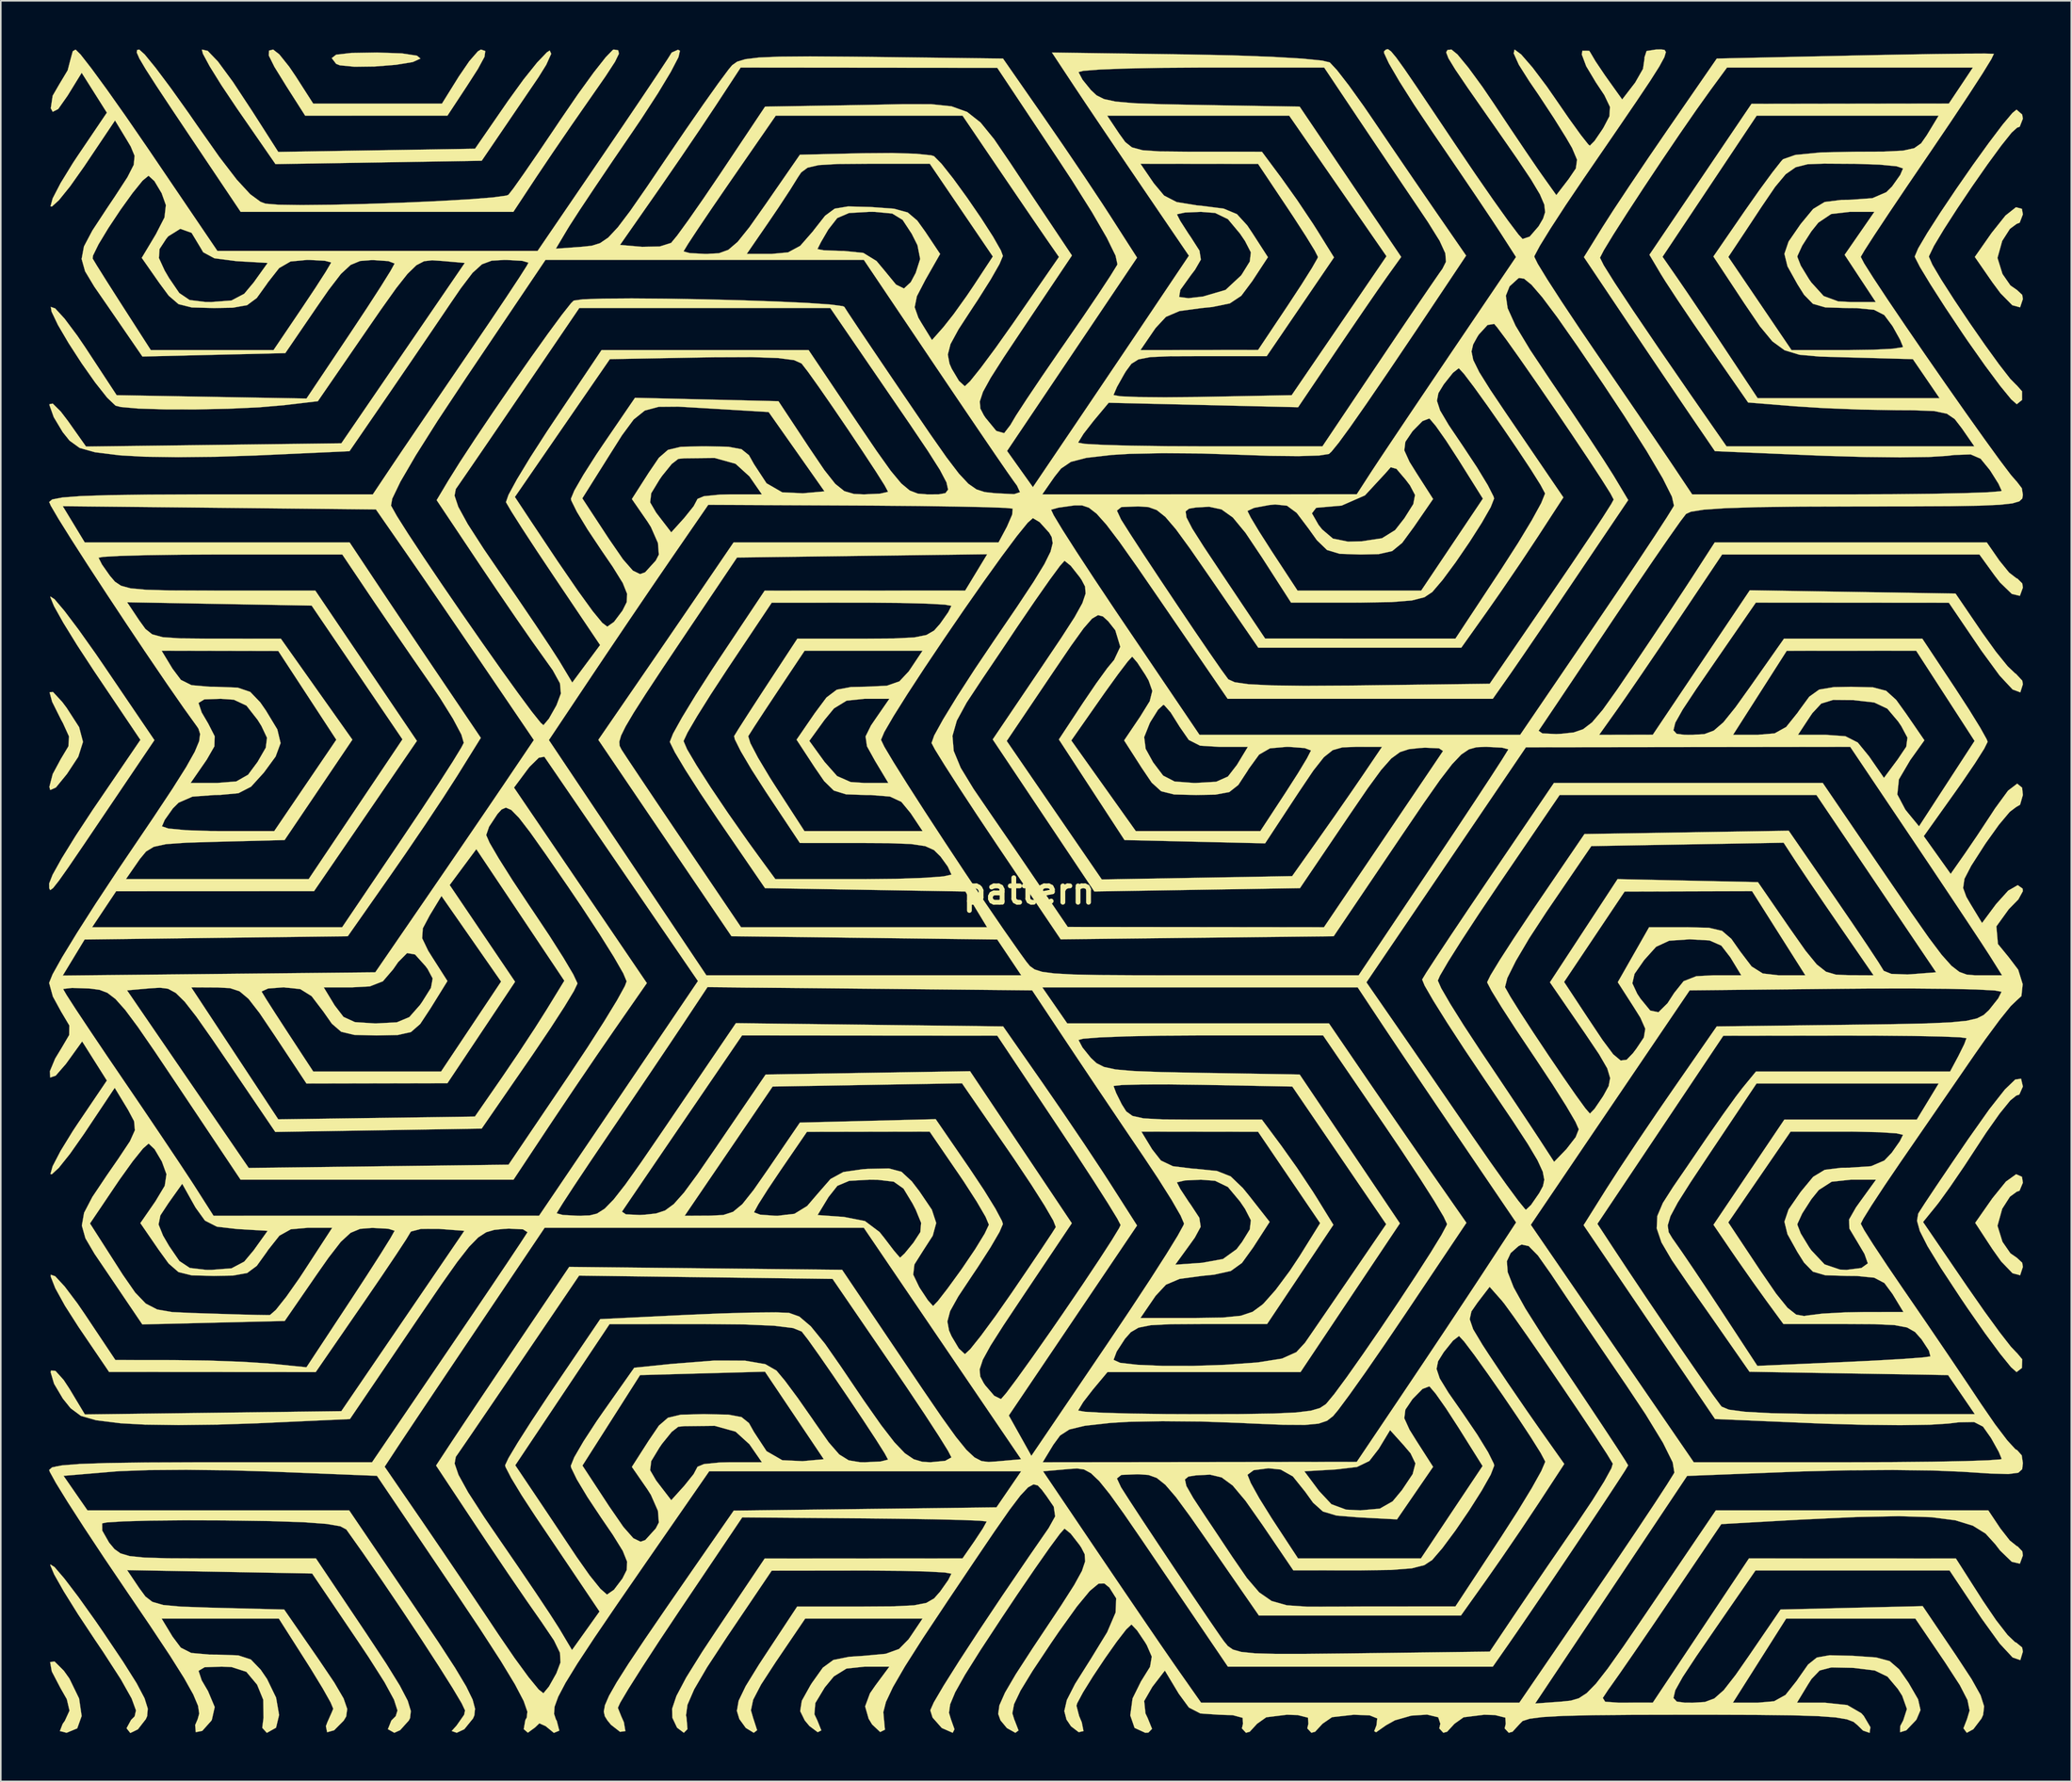
<source format=kicad_pcb>
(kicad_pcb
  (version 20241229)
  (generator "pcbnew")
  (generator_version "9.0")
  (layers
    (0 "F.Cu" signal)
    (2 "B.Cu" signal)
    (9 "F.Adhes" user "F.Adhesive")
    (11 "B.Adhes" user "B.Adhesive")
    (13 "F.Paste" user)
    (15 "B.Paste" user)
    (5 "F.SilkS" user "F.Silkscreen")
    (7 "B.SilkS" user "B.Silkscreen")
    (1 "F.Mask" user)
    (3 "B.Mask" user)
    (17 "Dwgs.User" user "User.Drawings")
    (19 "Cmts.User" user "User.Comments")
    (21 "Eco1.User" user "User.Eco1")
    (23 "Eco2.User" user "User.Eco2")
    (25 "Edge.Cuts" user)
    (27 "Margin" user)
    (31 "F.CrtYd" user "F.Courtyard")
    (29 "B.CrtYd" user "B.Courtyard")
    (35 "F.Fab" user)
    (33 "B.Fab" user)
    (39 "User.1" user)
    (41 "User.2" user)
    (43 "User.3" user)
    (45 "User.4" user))
  (footprint "pattern"
    (layer "F.Cu")
    (at 60.877 52.322)
    (property "Reference" "pattern" (at 0 0 0) (layer "F.SilkS") (effects (font (size 1.524 1.524) (thickness 0.3))))
    (attr through_hole)
    (fp_poly (pts (xy -38.963 -52.055) (xy -38.022 -51.911) (xy -37.806 -51.734) (xy -38.284 -51.516) (xy -39.33 -51.345) (xy -40.637 -51.242) (xy -41.9 -51.225) (xy -42.812 -51.313) (xy -43.044 -51.406) (xy -43.317 -51.761) (xy -43.041 -51.975) (xy -42.108 -52.081) (xy -40.509 -52.107) (xy -38.963 -52.055)) (stroke (width 0.01) (type solid)) (fill yes) (layer "F.SilkS"))
    (fp_poly (pts (xy -59.961 48.441) (xy -59.616 48.925) (xy -59.013 50.164) (xy -58.854 51.252) (xy -59.129 52.019) (xy -59.79 52.294) (xy -60.206 52.188) (xy -60.033 51.742) (xy -59.898 51.551) (xy -59.608 50.92) (xy -59.776 50.205) (xy -60.162 49.529) (xy -60.709 48.483) (xy -60.812 47.903) (xy -60.54 47.864) (xy -59.961 48.441)) (stroke (width 0.01) (type solid)) (fill yes) (layer "F.SilkS"))
    (fp_poly (pts (xy -60.061 -11.755) (xy -59.789 -11.393) (xy -59.012 -10.19) (xy -58.771 -9.277) (xy -59.064 -8.351) (xy -59.766 -7.284) (xy -60.454 -6.441) (xy -60.806 -6.285) (xy -60.859 -6.479) (xy -60.652 -7.276) (xy -60.136 -8.232) (xy -60.128 -8.243) (xy -59.676 -9) (xy -59.638 -9.611) (xy -60.016 -10.444) (xy -60.128 -10.648) (xy -60.688 -11.769) (xy -60.848 -12.36) (xy -60.632 -12.372) (xy -60.061 -11.755)) (stroke (width 0.01) (type solid)) (fill yes) (layer "F.SilkS"))
    (fp_poly (pts (xy -33.779 -52.203) (xy -33.825 -51.845) (xy -34.235 -51.09) (xy -34.925 -50.015) (xy -36.129 -48.186) (xy -40.549 -48.186) (xy -44.968 -48.185) (xy -46.132 -50.01) (xy -46.878 -51.218) (xy -47.223 -51.913) (xy -47.215 -52.228) (xy -46.959 -52.294) (xy -46.575 -51.994) (xy -45.961 -51.227) (xy -45.545 -50.613) (xy -44.468 -48.932) (xy -36.47 -48.932) (xy -35.425 -50.613) (xy -34.77 -51.571) (xy -34.24 -52.18) (xy -34.05 -52.294) (xy -33.779 -52.203)) (stroke (width 0.01) (type solid)) (fill yes) (layer "F.SilkS"))
    (fp_poly (pts (xy 61.688 -42.397) (xy 61.748 -42.053) (xy 61.55 -41.536) (xy 61.363 -41.462) (xy 60.944 -41.154) (xy 60.47 -40.413) (xy 60.464 -40.402) (xy 60.17 -39.347) (xy 60.481 -38.348) (xy 60.974 -37.635) (xy 61.381 -37.353) (xy 61.707 -37.05) (xy 61.748 -36.793) (xy 61.575 -36.275) (xy 61.092 -36.407) (xy 60.354 -37.157) (xy 59.862 -37.82) (xy 58.763 -39.407) (xy 59.806 -40.898) (xy 60.669 -41.981) (xy 61.318 -42.494) (xy 61.688 -42.397)) (stroke (width 0.01) (type solid)) (fill yes) (layer "F.SilkS"))
    (fp_poly (pts (xy 61.692 17.75) (xy 61.748 18.116) (xy 61.54 18.614) (xy 61.363 18.676) (xy 60.944 18.984) (xy 60.47 19.725) (xy 60.464 19.736) (xy 60.17 20.792) (xy 60.481 21.79) (xy 60.974 22.503) (xy 61.381 22.785) (xy 61.707 23.089) (xy 61.748 23.346) (xy 61.578 23.866) (xy 61.108 23.742) (xy 60.402 23.009) (xy 59.867 22.258) (xy 58.787 20.609) (xy 59.855 19.083) (xy 60.696 18.045) (xy 61.331 17.589) (xy 61.692 17.75)) (stroke (width 0.01) (type solid)) (fill yes) (layer "F.SilkS"))
    (fp_poly (pts (xy -51.025 -52.213) (xy -50.391 -51.554) (xy -49.455 -50.281) (xy -48.255 -48.46) (xy -46.64 -45.933) (xy -40.527 -46.032) (xy -34.414 -46.131) (xy -32.362 -49.106) (xy -31.404 -50.43) (xy -30.557 -51.487) (xy -29.949 -52.122) (xy -29.776 -52.233) (xy -29.683 -52.031) (xy -29.987 -51.354) (xy -30.478 -50.565) (xy -31.446 -49.141) (xy -32.465 -47.641) (xy -32.857 -47.065) (xy -34 -45.384) (xy -46.813 -45.177) (xy -49.209 -48.642) (xy -50.163 -50.066) (xy -50.895 -51.243) (xy -51.321 -52.033) (xy -51.385 -52.293) (xy -51.025 -52.213)) (stroke (width 0.01) (type solid)) (fill yes) (layer "F.SilkS"))
    (fp_poly (pts (xy -60.541 -18.141) (xy -59.934 -17.426) (xy -59.058 -16.266) (xy -57.991 -14.764) (xy -57.492 -14.035) (xy -54.334 -9.383) (xy -57.44 -4.785) (xy -58.735 -2.868) (xy -59.655 -1.518) (xy -60.265 -0.654) (xy -60.627 -0.196) (xy -60.807 -0.063) (xy -60.867 -0.175) (xy -60.872 -0.453) (xy -60.872 -0.478) (xy -60.661 -1.016) (xy -60.084 -2.051) (xy -59.226 -3.44) (xy -58.173 -5.041) (xy -58.038 -5.24) (xy -55.203 -9.4) (xy -58.074 -13.664) (xy -59.131 -15.278) (xy -59.99 -16.671) (xy -60.572 -17.712) (xy -60.8 -18.268) (xy -60.797 -18.308) (xy -60.541 -18.141)) (stroke (width 0.01) (type solid)) (fill yes) (layer "F.SilkS"))
    (fp_poly (pts (xy -60.541 41.997) (xy -59.932 42.707) (xy -59.054 43.861) (xy -57.988 45.355) (xy -57.53 46.021) (xy -56.282 47.878) (xy -55.44 49.216) (xy -54.947 50.149) (xy -54.747 50.791) (xy -54.785 51.257) (xy -54.866 51.444) (xy -55.36 52.08) (xy -55.831 52.309) (xy -56.055 52.025) (xy -56.055 51.995) (xy -55.782 51.495) (xy -55.563 51.277) (xy -55.478 50.904) (xy -55.748 50.164) (xy -56.413 48.98) (xy -57.513 47.278) (xy -58.011 46.54) (xy -59.086 44.918) (xy -59.961 43.514) (xy -60.559 42.459) (xy -60.801 41.884) (xy -60.799 41.835) (xy -60.541 41.997)) (stroke (width 0.01) (type solid)) (fill yes) (layer "F.SilkS"))
    (fp_poly (pts (xy 61.748 12.137) (xy 61.748 12.14) (xy 61.528 12.637) (xy 61.341 12.7) (xy 60.963 13.006) (xy 60.298 13.826) (xy 59.465 15.008) (xy 59.08 15.595) (xy 58.128 17.051) (xy 57.226 18.374) (xy 56.532 19.337) (xy 56.386 19.524) (xy 55.546 20.558) (xy 58.283 24.566) (xy 59.357 26.108) (xy 60.295 27.396) (xy 60.999 28.301) (xy 61.373 28.695) (xy 61.384 28.7) (xy 61.707 29.088) (xy 61.688 29.625) (xy 61.357 29.882) (xy 61.011 29.575) (xy 60.328 28.732) (xy 59.396 27.469) (xy 58.303 25.903) (xy 57.9 25.307) (xy 56.658 23.42) (xy 55.824 22.059) (xy 55.347 21.115) (xy 55.172 20.48) (xy 55.245 20.045) (xy 55.278 19.984) (xy 55.67 19.374) (xy 56.399 18.28) (xy 57.358 16.862) (xy 58.352 15.408) (xy 59.667 13.548) (xy 60.63 12.325) (xy 61.274 11.705) (xy 61.635 11.653) (xy 61.748 12.137)) (stroke (width 0.01) (type solid)) (fill yes) (layer "F.SilkS"))
    (fp_poly (pts (xy 61.704 -48.256) (xy 61.748 -47.999) (xy 61.553 -47.501) (xy 61.388 -47.438) (xy 61.051 -47.135) (xy 60.405 -46.326) (xy 59.556 -45.166) (xy 58.608 -43.809) (xy 57.666 -42.407) (xy 56.835 -41.116) (xy 56.219 -40.088) (xy 55.924 -39.477) (xy 55.912 -39.411) (xy 56.125 -38.926) (xy 56.688 -37.977) (xy 57.492 -36.724) (xy 58.429 -35.326) (xy 59.392 -33.94) (xy 60.271 -32.725) (xy 60.958 -31.84) (xy 61.346 -31.444) (xy 61.358 -31.439) (xy 61.696 -31.059) (xy 61.698 -30.523) (xy 61.368 -30.256) (xy 61.022 -30.562) (xy 60.336 -31.4) (xy 59.404 -32.652) (xy 58.314 -34.198) (xy 58.011 -34.643) (xy 56.917 -36.283) (xy 56.004 -37.708) (xy 55.353 -38.785) (xy 55.047 -39.383) (xy 55.033 -39.442) (xy 55.244 -39.939) (xy 55.81 -40.899) (xy 56.632 -42.179) (xy 57.61 -43.634) (xy 58.645 -45.124) (xy 59.639 -46.502) (xy 60.491 -47.628) (xy 61.103 -48.357) (xy 61.354 -48.559) (xy 61.704 -48.256)) (stroke (width 0.01) (type solid)) (fill yes) (layer "F.SilkS"))
    (fp_poly (pts (xy -25.521 -52.249) (xy -25.475 -52.035) (xy -25.718 -51.536) (xy -26.305 -50.634) (xy -27.294 -49.213) (xy -27.299 -49.206) (xy -28.423 -47.589) (xy -29.592 -45.881) (xy -30.564 -44.435) (xy -30.616 -44.357) (xy -32.033 -42.209) (xy -48.975 -42.209) (xy -51.794 -46.411) (xy -53.19 -48.497) (xy -54.2 -50.022) (xy -54.876 -51.074) (xy -55.269 -51.741) (xy -55.43 -52.108) (xy -55.412 -52.264) (xy -55.279 -52.294) (xy -54.939 -51.989) (xy -54.253 -51.149) (xy -53.309 -49.888) (xy -52.193 -48.323) (xy -51.708 -47.621) (xy -50.303 -45.623) (xy -49.219 -44.211) (xy -48.386 -43.307) (xy -47.734 -42.828) (xy -47.425 -42.716) (xy -46.626 -42.651) (xy -45.194 -42.631) (xy -43.307 -42.65) (xy -41.144 -42.702) (xy -38.885 -42.78) (xy -36.71 -42.877) (xy -34.796 -42.987) (xy -33.323 -43.103) (xy -32.471 -43.219) (xy -32.341 -43.267) (xy -32.029 -43.668) (xy -31.376 -44.592) (xy -30.469 -45.911) (xy -29.397 -47.497) (xy -29.124 -47.905) (xy -28.022 -49.514) (xy -27.049 -50.857) (xy -26.294 -51.817) (xy -25.85 -52.273) (xy -25.797 -52.294) (xy -25.521 -52.249)) (stroke (width 0.01) (type solid)) (fill yes) (layer "F.SilkS"))
    (fp_poly (pts (xy 22.495 -52.179) (xy 22.814 -51.796) (xy 23.325 -51.086) (xy 24.09 -49.966) (xy 25.172 -48.355) (xy 26.471 -46.416) (xy 27.73 -44.555) (xy 28.859 -42.925) (xy 29.779 -41.637) (xy 30.413 -40.798) (xy 30.666 -40.522) (xy 31.108 -40.669) (xy 31.655 -41.302) (xy 31.687 -41.353) (xy 31.94 -41.787) (xy 32.067 -42.185) (xy 32.019 -42.653) (xy 31.744 -43.295) (xy 31.193 -44.219) (xy 30.316 -45.529) (xy 29.062 -47.333) (xy 28.422 -48.248) (xy 27.257 -49.917) (xy 26.489 -51.05) (xy 26.061 -51.751) (xy 25.918 -52.122) (xy 26.003 -52.269) (xy 26.248 -52.294) (xy 26.621 -51.989) (xy 27.302 -51.164) (xy 28.183 -49.959) (xy 28.852 -48.974) (xy 29.886 -47.419) (xy 30.857 -45.976) (xy 31.621 -44.856) (xy 31.905 -44.451) (xy 32.762 -43.248) (xy 33.532 -44.25) (xy 33.975 -44.904) (xy 34.051 -45.447) (xy 33.742 -46.178) (xy 33.374 -46.812) (xy 32.605 -48.045) (xy 31.646 -49.502) (xy 31.077 -50.333) (xy 30.434 -51.35) (xy 30.115 -52.059) (xy 30.169 -52.294) (xy 30.577 -51.991) (xy 31.284 -51.177) (xy 32.171 -49.999) (xy 32.652 -49.306) (xy 33.551 -48.002) (xy 34.283 -46.987) (xy 34.745 -46.403) (xy 34.843 -46.318) (xy 35.135 -46.612) (xy 35.627 -47.333) (xy 35.695 -47.444) (xy 36.064 -48.15) (xy 36.096 -48.731) (xy 35.745 -49.465) (xy 35.215 -50.262) (xy 34.62 -51.257) (xy 34.346 -51.988) (xy 34.384 -52.218) (xy 34.807 -52.214) (xy 34.877 -52.107) (xy 35.195 -51.568) (xy 35.78 -50.697) (xy 35.947 -50.462) (xy 36.855 -49.191) (xy 37.659 -50.236) (xy 38.149 -51.095) (xy 38.245 -51.758) (xy 38.234 -51.787) (xy 38.369 -52.202) (xy 38.947 -52.294) (xy 39.265 -52.301) (xy 39.486 -52.274) (xy 39.57 -52.137) (xy 39.474 -51.816) (xy 39.158 -51.236) (xy 38.579 -50.324) (xy 37.695 -49.004) (xy 36.465 -47.202) (xy 34.847 -44.843) (xy 34.454 -44.27) (xy 33.34 -42.619) (xy 32.408 -41.185) (xy 31.738 -40.098) (xy 31.412 -39.486) (xy 31.394 -39.415) (xy 31.608 -38.98) (xy 32.196 -38.017) (xy 33.084 -36.642) (xy 34.198 -34.969) (xy 35.117 -33.618) (xy 36.458 -31.659) (xy 37.739 -29.783) (xy 38.853 -28.147) (xy 39.694 -26.907) (xy 40.017 -26.427) (xy 41.202 -24.653) (xy 50.818 -24.653) (xy 53.614 -24.663) (xy 56.091 -24.69) (xy 58.122 -24.731) (xy 59.583 -24.784) (xy 60.35 -24.846) (xy 60.434 -24.875) (xy 60.232 -25.318) (xy 59.74 -26.101) (xy 59.676 -26.193) (xy 59.122 -26.871) (xy 58.507 -27.137) (xy 57.488 -27.102) (xy 57.033 -27.046) (xy 55.901 -26.977) (xy 54.118 -26.954) (xy 51.907 -26.978) (xy 49.491 -27.048) (xy 48.881 -27.072) (xy 42.615 -27.34) (xy 41.173 -29.451) (xy 40.354 -30.657) (xy 39.258 -32.279) (xy 38.042 -34.083) (xy 37.104 -35.479) (xy 34.505 -39.354) (xy 35.476 -39.354) (xy 35.707 -38.888) (xy 36.39 -37.797) (xy 37.519 -36.092) (xy 39.085 -33.783) (xy 41.083 -30.881) (xy 42.23 -29.229) (xy 43.334 -27.641) (xy 58.732 -27.641) (xy 57.956 -28.762) (xy 57.516 -29.333) (xy 57.025 -29.667) (xy 56.254 -29.829) (xy 54.973 -29.88) (xy 53.881 -29.885) (xy 51.7 -29.922) (xy 49.35 -30.016) (xy 47.63 -30.125) (xy 44.679 -30.363) (xy 42.317 -33.765) (xy 41.249 -35.319) (xy 40.279 -36.761) (xy 39.54 -37.89) (xy 39.251 -38.354) (xy 38.621 -39.417) (xy 39.361 -39.417) (xy 40.272 -38.105) (xy 40.903 -37.182) (xy 41.806 -35.842) (xy 42.823 -34.321) (xy 43.228 -33.711) (xy 45.272 -30.629) (xy 56.574 -30.629) (xy 54.914 -33.057) (xy 50.905 -33.165) (xy 49.127 -33.216) (xy 47.866 -33.329) (xy 46.945 -33.609) (xy 46.186 -34.162) (xy 45.414 -35.095) (xy 44.45 -36.513) (xy 43.887 -37.367) (xy 42.54 -39.407) (xy 43.45 -39.407) (xy 45.413 -36.513) (xy 47.375 -33.618) (xy 50.839 -33.618) (xy 52.456 -33.642) (xy 53.67 -33.705) (xy 54.273 -33.796) (xy 54.303 -33.823) (xy 54.121 -34.264) (xy 53.679 -35.058) (xy 53.635 -35.13) (xy 53.137 -35.798) (xy 52.503 -36.123) (xy 51.425 -36.227) (xy 50.798 -36.232) (xy 49.477 -36.271) (xy 48.705 -36.494) (xy 48.154 -37.058) (xy 47.743 -37.712) (xy 47.124 -38.825) (xy 46.981 -39.407) (xy 47.738 -39.407) (xy 47.949 -38.867) (xy 48.472 -38.011) (xy 48.606 -37.82) (xy 49.371 -36.978) (xy 50.273 -36.646) (xy 51.041 -36.606) (xy 52.608 -36.606) (xy 51.641 -38.072) (xy 50.675 -39.539) (xy 51.599 -40.874) (xy 52.522 -42.209) (xy 50.998 -42.209) (xy 49.841 -42.075) (xy 49.041 -41.539) (xy 48.606 -40.995) (xy 48.039 -40.111) (xy 47.748 -39.479) (xy 47.738 -39.407) (xy 46.981 -39.407) (xy 46.934 -39.602) (xy 47.191 -40.359) (xy 47.915 -41.41) (xy 47.959 -41.469) (xy 48.718 -42.387) (xy 49.433 -42.821) (xy 50.467 -42.95) (xy 51 -42.956) (xy 52.4 -43.058) (xy 53.262 -43.429) (xy 53.622 -43.786) (xy 54.129 -44.501) (xy 54.303 -44.907) (xy 53.9 -45.042) (xy 52.83 -45.144) (xy 51.3 -45.194) (xy 50.836 -45.197) (xy 49.392 -45.206) (xy 48.375 -45.168) (xy 47.632 -44.981) (xy 47.009 -44.545) (xy 46.355 -43.76) (xy 45.515 -42.525) (xy 44.567 -41.088) (xy 43.45 -39.407) (xy 42.54 -39.407) (xy 42.522 -39.435) (xy 44.441 -42.223) (xy 45.372 -43.549) (xy 46.183 -44.655) (xy 46.738 -45.36) (xy 46.846 -45.477) (xy 47.611 -45.745) (xy 49.217 -45.901) (xy 51.244 -45.944) (xy 53.107 -45.952) (xy 54.293 -46.01) (xy 55 -46.165) (xy 55.427 -46.465) (xy 55.773 -46.961) (xy 55.836 -47.065) (xy 56.516 -48.185) (xy 45.209 -48.185) (xy 39.361 -39.417) (xy 38.621 -39.417) (xy 38.547 -39.541) (xy 41.718 -44.23) (xy 44.888 -48.918) (xy 51.019 -48.928) (xy 57.15 -48.937) (xy 57.896 -50.055) (xy 58.642 -51.174) (xy 43.366 -51.174) (xy 42.338 -49.773) (xy 41.465 -48.55) (xy 40.423 -47.042) (xy 39.299 -45.381) (xy 38.179 -43.697) (xy 37.151 -42.123) (xy 36.3 -40.788) (xy 35.714 -39.825) (xy 35.477 -39.365) (xy 35.476 -39.354) (xy 34.505 -39.354) (xy 34.478 -39.394) (xy 35.638 -41.268) (xy 36.314 -42.322) (xy 37.307 -43.821) (xy 38.485 -45.569) (xy 39.717 -47.369) (xy 39.765 -47.438) (xy 42.732 -51.734) (xy 51.255 -51.921) (xy 53.892 -51.974) (xy 56.215 -52.014) (xy 58.087 -52.037) (xy 59.372 -52.043) (xy 59.934 -52.029) (xy 59.946 -52.026) (xy 59.788 -51.695) (xy 59.251 -50.82) (xy 58.398 -49.503) (xy 57.294 -47.842) (xy 56.005 -45.937) (xy 55.895 -45.776) (xy 54.582 -43.846) (xy 53.435 -42.142) (xy 52.523 -40.767) (xy 51.915 -39.824) (xy 51.677 -39.416) (xy 51.676 -39.41) (xy 51.889 -39) (xy 52.477 -38.073) (xy 53.357 -36.742) (xy 54.451 -35.125) (xy 55.678 -33.336) (xy 56.958 -31.491) (xy 58.211 -29.706) (xy 59.357 -28.095) (xy 60.314 -26.775) (xy 61.005 -25.861) (xy 61.347 -25.468) (xy 61.358 -25.462) (xy 61.684 -25.035) (xy 61.748 -24.622) (xy 61.71 -24.394) (xy 61.527 -24.221) (xy 61.094 -24.094) (xy 60.307 -24.007) (xy 59.061 -23.952) (xy 57.253 -23.921) (xy 54.779 -23.909) (xy 51.534 -23.906) (xy 51.511 -23.906) (xy 47.996 -23.895) (xy 45.279 -23.86) (xy 43.279 -23.797) (xy 41.918 -23.703) (xy 41.118 -23.575) (xy 40.822 -23.439) (xy 40.472 -22.981) (xy 39.766 -21.981) (xy 38.777 -20.547) (xy 37.581 -18.789) (xy 36.252 -16.814) (xy 36.124 -16.622) (xy 34.803 -14.647) (xy 33.627 -12.891) (xy 32.666 -11.458) (xy 31.991 -10.454) (xy 31.671 -9.982) (xy 31.661 -9.967) (xy 31.898 -9.801) (xy 32.757 -9.762) (xy 33.106 -9.78) (xy 33.841 -9.861) (xy 34.425 -10.059) (xy 34.985 -10.489) (xy 35.643 -11.264) (xy 36.524 -12.499) (xy 37.296 -13.634) (xy 38.481 -15.394) (xy 39.667 -17.169) (xy 40.688 -18.714) (xy 41.213 -19.517) (xy 42.601 -21.665) (xy 59.509 -21.665) (xy 60.285 -20.544) (xy 60.893 -19.794) (xy 61.363 -19.43) (xy 61.405 -19.424) (xy 61.71 -19.12) (xy 61.748 -18.863) (xy 61.563 -18.35) (xy 61.062 -18.469) (xy 60.325 -19.184) (xy 59.997 -19.61) (xy 59.049 -20.918) (xy 43.063 -20.918) (xy 40.372 -16.902) (xy 39.21 -15.176) (xy 38.088 -13.524) (xy 37.142 -12.145) (xy 36.552 -11.299) (xy 35.423 -9.712) (xy 37.09 -9.716) (xy 38.757 -9.72) (xy 44.784 -18.696) (xy 51.175 -18.593) (xy 57.566 -18.49) (xy 59.22 -16.062) (xy 60.073 -14.875) (xy 60.804 -13.972) (xy 61.273 -13.526) (xy 61.311 -13.509) (xy 61.71 -13.081) (xy 61.748 -12.856) (xy 61.589 -12.354) (xy 61.11 -12.532) (xy 60.306 -13.394) (xy 59.173 -14.942) (xy 59.05 -15.123) (xy 57.15 -17.92) (xy 51.154 -17.925) (xy 45.158 -17.929) (xy 42.711 -14.383) (xy 41.459 -12.563) (xy 40.616 -11.289) (xy 40.153 -10.466) (xy 40.037 -9.994) (xy 40.238 -9.777) (xy 40.726 -9.715) (xy 41.233 -9.712) (xy 43.742 -9.712) (xy 45.287 -9.712) (xy 47.775 -9.712) (xy 49.521 -9.712) (xy 50.723 -9.626) (xy 51.489 -9.237) (xy 52.193 -8.374) (xy 53.118 -7.036) (xy 53.971 -8.185) (xy 54.504 -8.976) (xy 54.577 -9.54) (xy 54.194 -10.257) (xy 53.995 -10.55) (xy 53.326 -11.341) (xy 52.512 -11.724) (xy 51.216 -11.871) (xy 49.957 -11.882) (xy 49.222 -11.656) (xy 48.669 -11.061) (xy 48.521 -10.843) (xy 47.775 -9.712) (xy 45.287 -9.712) (xy 46.325 -9.803) (xy 47.042 -10.2) (xy 47.752 -11.086) (xy 47.831 -11.203) (xy 48.476 -12.082) (xy 49.091 -12.524) (xy 50.006 -12.678) (xy 51.087 -12.697) (xy 52.437 -12.664) (xy 53.253 -12.449) (xy 53.875 -11.887) (xy 54.487 -11.037) (xy 55.63 -9.374) (xy 54.749 -8.142) (xy 54.045 -6.945) (xy 53.947 -6.01) (xy 54.442 -5.073) (xy 54.581 -4.898) (xy 55.296 -4.027) (xy 57.021 -6.681) (xy 58.747 -9.334) (xy 55.118 -14.941) (xy 51.098 -14.939) (xy 47.078 -14.936) (xy 45.41 -12.324) (xy 43.742 -9.712) (xy 41.233 -9.712) (xy 41.959 -9.757) (xy 42.546 -9.975) (xy 43.141 -10.489) (xy 43.891 -11.42) (xy 44.807 -12.7) (xy 46.907 -15.688) (xy 55.501 -15.688) (xy 57.53 -12.629) (xy 58.412 -11.27) (xy 59.1 -10.154) (xy 59.498 -9.441) (xy 59.559 -9.28) (xy 59.345 -8.85) (xy 58.775 -7.949) (xy 57.954 -6.742) (xy 57.575 -6.204) (xy 55.591 -3.417) (xy 56.427 -2.245) (xy 57.263 -1.072) (xy 58.13 -2.31) (xy 58.901 -3.441) (xy 59.769 -4.755) (xy 60.016 -5.136) (xy 60.828 -6.246) (xy 61.397 -6.68) (xy 61.701 -6.428) (xy 61.748 -5.976) (xy 61.574 -5.369) (xy 61.332 -5.229) (xy 60.931 -4.926) (xy 60.259 -4.126) (xy 59.45 -2.993) (xy 59.337 -2.822) (xy 58.537 -1.575) (xy 58.119 -0.769) (xy 58.035 -0.195) (xy 58.236 0.355) (xy 58.485 0.782) (xy 59.211 1.98) (xy 60.085 0.803) (xy 60.837 -0.032) (xy 61.43 -0.373) (xy 61.733 -0.156) (xy 61.748 0) (xy 61.466 0.515) (xy 60.872 1.121) (xy 60.102 2.188) (xy 60.198 3.284) (xy 60.872 4.109) (xy 61.457 4.88) (xy 61.736 5.778) (xy 61.658 6.517) (xy 61.365 6.786) (xy 60.992 7.143) (xy 60.3 8.003) (xy 59.403 9.219) (xy 58.795 10.085) (xy 57.573 11.86) (xy 56.141 13.939) (xy 54.732 15.985) (xy 54.142 16.841) (xy 53.151 18.301) (xy 52.35 19.52) (xy 51.83 20.358) (xy 51.676 20.665) (xy 51.886 21.062) (xy 52.46 21.97) (xy 53.312 23.256) (xy 54.356 24.79) (xy 54.452 24.928) (xy 55.76 26.834) (xy 57.129 28.849) (xy 58.377 30.701) (xy 59.137 31.843) (xy 60.023 33.131) (xy 60.777 34.124) (xy 61.282 34.674) (xy 61.397 34.738) (xy 61.676 35.054) (xy 61.748 35.537) (xy 61.705 35.918) (xy 61.463 36.137) (xy 60.849 36.218) (xy 59.694 36.185) (xy 57.982 36.074) (xy 56.128 35.997) (xy 53.687 35.967) (xy 50.945 35.985) (xy 48.19 36.051) (xy 47.552 36.074) (xy 40.888 36.334) (xy 37.633 41.21) (xy 36.342 43.144) (xy 35.069 45.052) (xy 33.94 46.743) (xy 33.082 48.027) (xy 32.913 48.281) (xy 31.448 50.476) (xy 33.073 50.358) (xy 33.661 50.297) (xy 34.159 50.151) (xy 34.652 49.83) (xy 35.224 49.245) (xy 35.956 48.306) (xy 36.935 46.924) (xy 38.243 45.01) (xy 38.685 44.357) (xy 42.673 38.474) (xy 59.599 38.474) (xy 60.345 39.592) (xy 60.932 40.344) (xy 61.383 40.706) (xy 61.42 40.712) (xy 61.712 41.019) (xy 61.748 41.275) (xy 61.562 41.787) (xy 61.06 41.671) (xy 60.328 40.962) (xy 60.03 40.574) (xy 59.431 39.916) (xy 58.642 39.426) (xy 57.553 39.091) (xy 56.054 38.898) (xy 54.037 38.835) (xy 51.391 38.889) (xy 48.006 39.047) (xy 47.235 39.089) (xy 43.012 39.328) (xy 39.829 44.037) (xy 38.641 45.788) (xy 37.56 47.368) (xy 36.686 48.633) (xy 36.116 49.44) (xy 36.009 49.586) (xy 35.65 50.129) (xy 35.798 50.366) (xy 36.61 50.423) (xy 37.064 50.423) (xy 38.757 50.42) (xy 41.743 45.941) (xy 44.729 41.462) (xy 51.158 41.464) (xy 57.588 41.467) (xy 59.256 44.079) (xy 60.085 45.301) (xy 60.798 46.218) (xy 61.269 46.669) (xy 61.336 46.691) (xy 61.702 46.994) (xy 61.748 47.251) (xy 61.589 47.778) (xy 61.112 47.614) (xy 60.314 46.757) (xy 59.196 45.207) (xy 59.063 45.01) (xy 57.195 42.209) (xy 45.136 42.209) (xy 42.721 45.708) (xy 41.463 47.538) (xy 40.617 48.821) (xy 40.152 49.654) (xy 40.039 50.133) (xy 40.246 50.357) (xy 40.743 50.423) (xy 41.247 50.426) (xy 41.989 50.382) (xy 42.578 50.164) (xy 43.164 49.647) (xy 43.899 48.705) (xy 44.715 47.532) (xy 46.694 44.637) (xy 51.109 44.531) (xy 55.524 44.425) (xy 57.586 47.474) (xy 58.558 48.955) (xy 59.121 49.963) (xy 59.34 50.653) (xy 59.278 51.182) (xy 59.175 51.409) (xy 58.67 52.073) (xy 58.264 52.294) (xy 58.057 52.015) (xy 58.279 51.446) (xy 58.439 50.913) (xy 58.31 50.262) (xy 57.828 49.327) (xy 56.927 47.939) (xy 56.899 47.897) (xy 55.066 45.197) (xy 47.043 45.197) (xy 43.731 50.426) (xy 45.267 50.426) (xy 46.292 50.336) (xy 47 49.944) (xy 47.698 49.065) (xy 47.798 48.916) (xy 48.402 48.056) (xy 48.95 47.618) (xy 49.746 47.477) (xy 51.093 47.51) (xy 51.213 47.515) (xy 52.624 47.612) (xy 53.47 47.839) (xy 54.062 48.35) (xy 54.645 49.191) (xy 55.238 50.215) (xy 55.388 50.882) (xy 55.145 51.453) (xy 55.093 51.526) (xy 54.504 52.142) (xy 54.123 52.259) (xy 54.131 51.875) (xy 54.315 51.528) (xy 54.545 50.817) (xy 54.25 49.99) (xy 53.98 49.567) (xy 53.337 48.804) (xy 52.55 48.424) (xy 51.268 48.267) (xy 51.13 48.259) (xy 49.852 48.234) (xy 49.121 48.424) (xy 48.617 48.95) (xy 48.403 49.286) (xy 47.712 50.426) (xy 49.45 50.426) (xy 50.839 50.572) (xy 51.71 51.078) (xy 51.86 51.244) (xy 52.274 51.945) (xy 52.228 52.299) (xy 51.818 52.157) (xy 51.482 51.827) (xy 51.231 51.616) (xy 50.81 51.456) (xy 50.111 51.339) (xy 49.024 51.26) (xy 47.438 51.21) (xy 45.242 51.184) (xy 42.329 51.174) (xy 40.836 51.174) (xy 37.547 51.18) (xy 35.032 51.202) (xy 33.189 51.246) (xy 31.916 51.317) (xy 31.109 51.421) (xy 30.668 51.563) (xy 30.497 51.734) (xy 30.041 52.229) (xy 29.807 52.294) (xy 29.554 52.021) (xy 29.621 51.734) (xy 29.595 51.354) (xy 28.952 51.193) (xy 28.28 51.174) (xy 27.003 51.331) (xy 26.434 51.734) (xy 25.979 52.229) (xy 25.744 52.294) (xy 25.491 52.021) (xy 25.558 51.734) (xy 25.425 51.33) (xy 24.732 51.165) (xy 23.746 51.231) (xy 22.734 51.52) (xy 22.185 51.827) (xy 21.568 52.261) (xy 21.449 52.193) (xy 21.59 51.827) (xy 21.638 51.401) (xy 21.167 51.212) (xy 20.178 51.174) (xy 18.828 51.325) (xy 18.235 51.734) (xy 17.779 52.229) (xy 17.545 52.294) (xy 17.292 52.021) (xy 17.359 51.734) (xy 17.333 51.354) (xy 16.689 51.193) (xy 16.018 51.174) (xy 14.741 51.331) (xy 14.172 51.734) (xy 13.716 52.229) (xy 13.482 52.294) (xy 13.229 52.021) (xy 13.296 51.734) (xy 13.275 51.365) (xy 12.66 51.2) (xy 11.821 51.174) (xy 10.651 51.095) (xy 9.936 50.725) (xy 9.306 49.865) (xy 9.268 49.801) (xy 8.442 48.428) (xy 7.662 49.442) (xy 7.157 50.32) (xy 7.237 51.091) (xy 7.373 51.376) (xy 7.646 52.05) (xy 7.42 52.282) (xy 7.225 52.294) (xy 6.561 51.991) (xy 6.293 51.213) (xy 6.436 50.161) (xy 6.96 49.103) (xy 7.522 48.198) (xy 7.63 47.563) (xy 7.322 46.852) (xy 7.214 46.671) (xy 6.71 45.924) (xy 6.377 45.574) (xy 6.36 45.571) (xy 6.043 45.869) (xy 5.452 46.634) (xy 4.72 47.671) (xy 3.978 48.784) (xy 3.36 49.778) (xy 2.996 50.457) (xy 2.95 50.613) (xy 3.116 51.255) (xy 3.279 51.64) (xy 3.388 52.187) (xy 3.091 52.257) (xy 2.614 51.892) (xy 2.332 51.473) (xy 2.196 50.946) (xy 2.353 50.26) (xy 2.863 49.26) (xy 3.787 47.794) (xy 3.826 47.734) (xy 4.858 46.047) (xy 5.381 44.826) (xy 5.42 43.942) (xy 4.996 43.269) (xy 4.683 43.016) (xy 4.328 43.023) (xy 3.778 43.479) (xy 2.976 44.451) (xy 1.863 46.004) (xy 1.388 46.698) (xy 0.227 48.442) (xy -0.525 49.673) (xy -0.926 50.513) (xy -1.033 51.083) (xy -0.903 51.504) (xy -0.888 51.528) (xy -0.649 52.149) (xy -0.845 52.294) (xy -1.37 52.002) (xy -1.77 51.518) (xy -1.911 51.12) (xy -1.836 50.587) (xy -1.49 49.803) (xy -0.819 48.657) (xy 0.233 47.034) (xy 0.792 46.195) (xy 1.993 44.393) (xy 2.809 43.115) (xy 3.291 42.239) (xy 3.491 41.641) (xy 3.461 41.198) (xy 3.252 40.789) (xy 3.14 40.621) (xy 2.59 39.916) (xy 2.216 39.611) (xy 2.205 39.611) (xy 1.923 39.925) (xy 1.289 40.784) (xy 0.379 42.082) (xy -0.733 43.711) (xy -1.668 45.11) (xy -3.021 47.169) (xy -3.975 48.69) (xy -4.584 49.775) (xy -4.898 50.528) (xy -4.97 51.051) (xy -4.853 51.443) (xy -4.628 52.076) (xy -4.739 52.294) (xy -5.417 51.997) (xy -5.988 51.349) (xy -6.131 50.897) (xy -5.915 50.411) (xy -5.303 49.369) (xy -4.351 47.857) (xy -3.114 45.961) (xy -1.648 43.766) (xy -0.008 41.358) (xy 1.224 39.575) (xy 1.628 38.846) (xy 1.539 38.243) (xy 1.081 37.574) (xy 0.792 37.186) (xy 0.547 36.925) (xy 0.285 36.856) (xy -0.056 37.044) (xy -0.535 37.554) (xy -1.213 38.45) (xy -2.151 39.796) (xy -3.411 41.658) (xy -5.051 44.099) (xy -6.584 46.405) (xy -7.702 48.163) (xy -8.454 49.459) (xy -8.887 50.38) (xy -9.049 51.013) (xy -9.019 51.352) (xy -8.949 52.103) (xy -9.245 52.247) (xy -9.746 51.774) (xy -9.96 51.421) (xy -10.179 50.656) (xy -9.878 49.844) (xy -9.55 49.367) (xy -8.673 48.185) (xy -10.213 48.185) (xy -11.338 48.305) (xy -12.126 48.793) (xy -12.689 49.478) (xy -13.273 50.446) (xy -13.331 51.142) (xy -13.147 51.532) (xy -12.901 52.145) (xy -13.125 52.258) (xy -13.64 51.873) (xy -13.928 51.526) (xy -14.213 50.949) (xy -14.112 50.306) (xy -13.573 49.338) (xy -13.479 49.191) (xy -12.807 48.249) (xy -12.152 47.77) (xy -11.171 47.573) (xy -10.282 47.515) (xy -8.899 47.386) (xy -8.072 47.088) (xy -7.484 46.489) (xy -7.353 46.301) (xy -6.61 45.197) (xy -13.901 45.197) (xy -15.733 47.897) (xy -16.645 49.298) (xy -17.137 50.243) (xy -17.274 50.899) (xy -17.12 51.433) (xy -17.113 51.446) (xy -16.89 52.134) (xy -17.098 52.294) (xy -17.592 51.993) (xy -17.992 51.441) (xy -18.146 50.933) (xy -18.036 50.302) (xy -17.6 49.396) (xy -16.777 48.06) (xy -16.423 47.519) (xy -14.4 44.45) (xy -10.316 44.45) (xy -8.388 44.437) (xy -7.14 44.375) (xy -6.375 44.224) (xy -5.896 43.948) (xy -5.525 43.529) (xy -5.017 42.808) (xy -4.817 42.409) (xy -5.228 42.334) (xy -6.35 42.273) (xy -8.02 42.232) (xy -10.072 42.215) (xy -10.401 42.215) (xy -15.984 42.222) (xy -18.764 46.34) (xy -19.998 48.222) (xy -20.798 49.59) (xy -21.216 50.551) (xy -21.307 51.209) (xy -21.274 51.376) (xy -21.217 52.067) (xy -21.442 52.294) (xy -21.863 51.977) (xy -22.156 51.357) (xy -22.17 50.802) (xy -21.902 50.006) (xy -21.297 48.863) (xy -20.303 47.268) (xy -19.427 45.945) (xy -16.422 41.47) (xy -4.13 41.462) (xy -3.379 40.377) (xy -2.871 39.609) (xy -2.632 39.178) (xy -2.63 39.163) (xy -3.045 39.118) (xy -4.195 39.072) (xy -5.939 39.03) (xy -8.137 38.995) (xy -10.223 38.973) (xy -17.815 38.912) (xy -21.717 44.707) (xy -22.966 46.581) (xy -24.041 48.231) (xy -24.874 49.547) (xy -25.395 50.422) (xy -25.542 50.744) (xy -25.333 51.265) (xy -25.167 51.64) (xy -25.074 52.19) (xy -25.405 52.235) (xy -25.969 51.796) (xy -26.196 51.517) (xy -26.352 51.264) (xy -26.415 50.975) (xy -26.342 50.578) (xy -26.091 50) (xy -25.62 49.169) (xy -24.888 48.014) (xy -23.851 46.464) (xy -22.469 44.445) (xy -20.698 41.886) (xy -19.826 40.629) (xy -18.341 38.49) (xy -2.019 38.287) (xy -0.486 36.046) (xy 0.875 36.046) (xy 4.407 41.275) (xy 5.732 43.231) (xy 7.022 45.127) (xy 8.16 46.792) (xy 9.033 48.057) (xy 9.318 48.465) (xy 10.695 50.426) (xy 30.464 50.426) (xy 35.139 43.59) (xy 36.547 41.521) (xy 37.812 39.642) (xy 38.864 38.061) (xy 39.634 36.88) (xy 40.052 36.208) (xy 40.097 36.121) (xy 39.993 35.492) (xy 39.391 34.277) (xy 38.305 32.497) (xy 37.125 30.725) (xy 35.825 28.817) (xy 34.548 26.935) (xy 33.423 25.27) (xy 32.581 24.013) (xy 32.438 23.797) (xy 31.618 22.634) (xy 31.046 22.053) (xy 30.61 21.957) (xy 30.411 22.056) (xy 29.926 22.486) (xy 29.691 22.992) (xy 29.74 23.671) (xy 30.11 24.618) (xy 30.835 25.927) (xy 31.953 27.695) (xy 33.273 29.681) (xy 34.532 31.561) (xy 35.626 33.206) (xy 36.485 34.51) (xy 37.04 35.369) (xy 37.224 35.678) (xy 37.019 36.021) (xy 36.458 36.885) (xy 35.627 38.146) (xy 34.607 39.678) (xy 33.484 41.356) (xy 32.34 43.055) (xy 31.259 44.651) (xy 30.326 46.017) (xy 29.795 46.785) (xy 28.817 48.185) (xy 12.358 48.185) (xy 8.619 42.676) (xy 7.075 40.4) (xy 5.9 38.69) (xy 5.021 37.467) (xy 4.364 36.652) (xy 4.194 36.491) (xy 5.463 36.491) (xy 5.717 37.036) (xy 5.74 37.073) (xy 6.228 37.837) (xy 7.031 39.064) (xy 8.038 40.583) (xy 9.135 42.229) (xy 10.211 43.832) (xy 11.153 45.224) (xy 11.849 46.239) (xy 12.11 46.606) (xy 12.356 46.906) (xy 12.672 47.124) (xy 13.187 47.27) (xy 14.028 47.356) (xy 15.324 47.393) (xy 17.203 47.392) (xy 19.793 47.364) (xy 20.681 47.353) (xy 28.628 47.251) (xy 30.133 45.01) (xy 31.029 43.686) (xy 32.184 41.991) (xy 33.414 40.2) (xy 34.028 39.309) (xy 34.99 37.874) (xy 35.739 36.675) (xy 36.188 35.857) (xy 36.273 35.574) (xy 35.901 34.96) (xy 35.188 33.865) (xy 34.238 32.438) (xy 33.153 30.832) (xy 32.038 29.198) (xy 30.993 27.685) (xy 30.123 26.447) (xy 29.531 25.633) (xy 29.372 25.435) (xy 28.619 24.584) (xy 27.861 25.572) (xy 27.486 26.116) (xy 27.382 26.598) (xy 27.595 27.221) (xy 28.173 28.185) (xy 28.623 28.875) (xy 29.703 30.493) (xy 30.909 32.256) (xy 31.7 33.39) (xy 33.256 35.591) (xy 31.641 38.059) (xy 30.548 39.7) (xy 29.335 41.475) (xy 28.43 42.769) (xy 26.835 45.01) (xy 14.286 45.01) (xy 11.249 40.621) (xy 10.023 38.864) (xy 9.132 37.651) (xy 8.471 36.883) (xy 8.055 36.552) (xy 9.689 36.552) (xy 9.777 36.957) (xy 10.21 37.715) (xy 11.027 38.955) (xy 11.38 39.479) (xy 12.621 41.346) (xy 13.54 42.681) (xy 14.303 43.571) (xy 15.075 44.106) (xy 16.022 44.373) (xy 17.309 44.46) (xy 19.103 44.456) (xy 20.702 44.446) (xy 26.495 44.442) (xy 29.341 40.118) (xy 30.387 38.49) (xy 31.242 37.085) (xy 31.828 36.034) (xy 32.069 35.471) (xy 32.068 35.427) (xy 31.788 34.901) (xy 31.186 33.94) (xy 30.367 32.697) (xy 29.437 31.326) (xy 28.501 29.982) (xy 27.667 28.817) (xy 27.039 27.986) (xy 26.723 27.643) (xy 26.715 27.641) (xy 26.344 27.928) (xy 25.784 28.624) (xy 25.745 28.681) (xy 25.416 29.211) (xy 25.322 29.685) (xy 25.519 30.279) (xy 26.062 31.167) (xy 26.964 32.459) (xy 27.849 33.764) (xy 28.523 34.862) (xy 28.876 35.572) (xy 28.903 35.695) (xy 28.688 36.254) (xy 28.128 37.244) (xy 27.353 38.468) (xy 26.493 39.729) (xy 25.677 40.828) (xy 25.051 41.555) (xy 24.563 41.878) (xy 23.776 42.077) (xy 22.5 42.177) (xy 20.549 42.204) (xy 20.405 42.204) (xy 16.422 42.2) (xy 14.502 39.372) (xy 13.45 37.875) (xy 12.656 36.93) (xy 11.972 36.427) (xy 11.294 36.265) (xy 13.576 36.265) (xy 13.778 36.771) (xy 14.309 37.726) (xy 15.06 38.934) (xy 15.146 39.067) (xy 16.717 41.462) (xy 24.35 41.462) (xy 26.265 38.59) (xy 28.181 35.719) (xy 26.681 33.326) (xy 25.907 32.133) (xy 25.268 31.224) (xy 24.89 30.78) (xy 24.872 30.769) (xy 24.449 30.929) (xy 23.845 31.541) (xy 23.809 31.587) (xy 23.384 32.218) (xy 23.318 32.751) (xy 23.642 33.465) (xy 24.081 34.169) (xy 25.106 35.77) (xy 22.865 39.034) (xy 20.509 38.911) (xy 19.108 38.798) (xy 18.262 38.545) (xy 17.651 37.999) (xy 17.165 37.323) (xy 16.396 36.365) (xy 15.828 36.046) (xy 17.109 36.046) (xy 18.013 37.26) (xy 18.791 38.093) (xy 19.698 38.428) (xy 20.59 38.474) (xy 21.796 38.368) (xy 22.591 37.916) (xy 23.175 37.215) (xy 23.836 36.224) (xy 24.01 35.558) (xy 23.706 34.927) (xy 23.251 34.393) (xy 22.435 33.488) (xy 21.729 34.653) (xy 21.145 35.407) (xy 20.378 35.778) (xy 19.083 35.931) (xy 19.066 35.932) (xy 17.109 36.046) (xy 15.828 36.046) (xy 15.636 35.938) (xy 14.877 35.859) (xy 13.96 35.978) (xy 13.576 36.263) (xy 13.576 36.265) (xy 11.294 36.265) (xy 11.25 36.255) (xy 10.39 36.298) (xy 9.906 36.374) (xy 9.689 36.552) (xy 8.055 36.552) (xy 7.937 36.458) (xy 7.424 36.275) (xy 6.829 36.233) (xy 6.718 36.232) (xy 5.739 36.272) (xy 5.463 36.491) (xy 4.194 36.491) (xy 3.855 36.168) (xy 3.422 35.934) (xy 2.99 35.872) (xy 2.486 35.904) (xy 2.297 35.922) (xy 0.875 36.046) (xy -0.486 36.046) (xy -19.867 36.046) (xy -23.749 41.649) (xy -25.579 44.299) (xy -27.001 46.388) (xy -28.057 47.992) (xy -28.792 49.189) (xy -29.249 50.057) (xy -29.473 50.672) (xy -29.506 51.114) (xy -29.393 51.458) (xy -29.337 51.554) (xy -29.179 52.162) (xy -29.517 52.3) (xy -30.027 51.881) (xy -30.418 51.706) (xy -30.686 51.963) (xy -31.131 52.288) (xy -31.388 52.068) (xy -31.289 51.504) (xy -31.201 51.35) (xy -31.162 50.981) (xy -31.394 50.315) (xy -31.934 49.284) (xy -32.822 47.818) (xy -34.096 45.85) (xy -35.649 43.526) (xy -40.509 36.328) (xy -47.109 36.064) (xy -49.739 35.986) (xy -52.353 35.956) (xy -54.69 35.973) (xy -56.486 36.038) (xy -56.844 36.064) (xy -59.98 36.328) (xy -59.237 37.401) (xy -58.494 38.474) (xy -42.234 38.474) (xy -38.15 44.496) (xy -36.704 46.645) (xy -35.659 48.253) (xy -34.963 49.416) (xy -34.565 50.233) (xy -34.414 50.802) (xy -34.46 51.22) (xy -34.541 51.406) (xy -35.081 52.073) (xy -35.551 52.294) (xy -35.863 52.184) (xy -35.56 51.846) (xy -35.093 51.18) (xy -35.034 50.906) (xy -35.244 50.462) (xy -35.819 49.496) (xy -36.68 48.131) (xy -37.746 46.488) (xy -38.939 44.69) (xy -40.178 42.857) (xy -41.382 41.111) (xy -42.412 39.66) (xy -42.783 39.462) (xy -43.637 39.315) (xy -45.072 39.21) (xy -47.187 39.14) (xy -50.027 39.1) (xy -52.465 39.092) (xy -54.59 39.112) (xy -56.251 39.158) (xy -57.296 39.224) (xy -57.581 39.282) (xy -57.576 39.73) (xy -57.154 40.47) (xy -57.135 40.496) (xy -56.815 40.88) (xy -56.446 41.145) (xy -55.875 41.315) (xy -54.95 41.409) (xy -53.516 41.451) (xy -51.422 41.461) (xy -50.345 41.462) (xy -44.297 41.462) (xy -41.175 46.117) (xy -39.93 48.002) (xy -39.089 49.361) (xy -38.598 50.303) (xy -38.404 50.941) (xy -38.453 51.383) (xy -38.53 51.534) (xy -39.067 52.131) (xy -39.429 52.294) (xy -39.828 52.07) (xy -39.612 51.532) (xy -39.342 51.262) (xy -39.232 50.909) (xy -39.449 50.235) (xy -40.037 49.152) (xy -41.04 47.574) (xy -41.684 46.611) (xy -44.535 42.396) (xy -50.282 42.291) (xy -56.029 42.187) (xy -55.276 43.306) (xy -54.892 43.828) (xy -54.461 44.16) (xy -53.788 44.354) (xy -52.676 44.456) (xy -50.932 44.517) (xy -50.397 44.531) (xy -46.271 44.637) (xy -44.146 47.71) (xy -43.158 49.175) (xy -42.582 50.16) (xy -42.356 50.813) (xy -42.42 51.281) (xy -42.574 51.538) (xy -43.17 52.139) (xy -43.604 52.26) (xy -43.679 51.884) (xy -43.589 51.64) (xy -43.303 50.998) (xy -43.222 50.8) (xy -43.386 50.409) (xy -43.88 49.53) (xy -44.611 48.331) (xy -44.88 47.905) (xy -46.605 45.197) (xy -53.888 45.197) (xy -53.209 46.318) (xy -52.695 47.005) (xy -52.045 47.335) (xy -50.943 47.434) (xy -50.431 47.438) (xy -49.127 47.484) (xy -48.345 47.738) (xy -47.734 48.371) (xy -47.336 48.953) (xy -46.774 50.113) (xy -46.588 51.187) (xy -46.777 51.979) (xy -47.34 52.294) (xy -47.352 52.294) (xy -47.634 51.986) (xy -47.554 51.357) (xy -47.571 50.243) (xy -47.955 49.303) (xy -48.622 48.505) (xy -49.54 48.21) (xy -50.154 48.185) (xy -51.212 48.221) (xy -51.593 48.445) (xy -51.397 49.035) (xy -51.006 49.701) (xy -50.587 50.697) (xy -50.767 51.492) (xy -50.802 51.55) (xy -51.361 52.176) (xy -51.764 52.256) (xy -51.802 51.814) (xy -51.647 51.454) (xy -51.549 51.1) (xy -51.624 50.613) (xy -51.921 49.909) (xy -52.486 48.899) (xy -53.368 47.498) (xy -54.615 45.619) (xy -56.035 43.527) (xy -57.45 41.434) (xy -58.701 39.543) (xy -59.725 37.953) (xy -60.457 36.764) (xy -60.835 36.077) (xy -60.872 35.963) (xy -60.69 35.803) (xy -60.491 35.763) (xy -40.03 35.763) (xy -37.753 39.079) (xy -36.521 40.887) (xy -35.082 43.015) (xy -33.662 45.132) (xy -32.958 46.189) (xy -31.951 47.661) (xy -31.088 48.841) (xy -30.46 49.607) (xy -30.166 49.839) (xy -29.824 49.425) (xy -29.372 48.622) (xy -29.354 48.585) (xy -29.106 47.93) (xy -29.136 47.324) (xy -29.514 46.547) (xy -30.305 45.377) (xy -30.354 45.308) (xy -31.232 44.05) (xy -32.367 42.39) (xy -33.587 40.581) (xy -34.364 39.416) (xy -36.835 35.689) (xy -36.753 35.564) (xy -35.684 35.564) (xy -35.443 36.269) (xy -34.843 37.358) (xy -33.833 38.92) (xy -32.963 40.193) (xy -31.764 41.939) (xy -30.663 43.562) (xy -29.772 44.901) (xy -29.2 45.792) (xy -29.137 45.896) (xy -28.389 47.154) (xy -27.535 45.957) (xy -26.681 44.759) (xy -27.726 43.204) (xy -28.452 42.125) (xy -29.427 40.677) (xy -30.463 39.141) (xy -30.661 38.847) (xy -31.516 37.538) (xy -32.168 36.46) (xy -32.516 35.786) (xy -32.546 35.672) (xy -31.916 35.672) (xy -30.786 37.353) (xy -29.957 38.589) (xy -28.94 40.113) (xy -28.103 41.368) (xy -27.299 42.512) (xy -26.629 43.344) (xy -26.228 43.7) (xy -26.208 43.703) (xy -25.784 43.408) (xy -25.257 42.711) (xy -24.991 42.183) (xy -24.964 41.668) (xy -25.235 40.991) (xy -25.864 39.977) (xy -26.556 38.965) (xy -27.428 37.652) (xy -28.091 36.547) (xy -28.438 35.833) (xy -28.466 35.709) (xy -28.459 35.692) (xy -27.742 35.692) (xy -26.087 38.216) (xy -25.199 39.504) (xy -24.579 40.208) (xy -24.128 40.424) (xy -23.838 40.32) (xy -23.186 39.6) (xy -22.994 39.228) (xy -23.05 38.505) (xy -23.49 37.507) (xy -23.707 37.165) (xy -24.527 35.98) (xy -23.537 35.98) (xy -23.165 36.617) (xy -23.005 36.827) (xy -22.224 37.844) (xy -21.413 36.945) (xy -20.833 36.221) (xy -20.592 35.765) (xy -20.194 35.599) (xy -19.197 35.499) (xy -18.587 35.485) (xy -16.592 35.485) (xy -17.368 34.365) (xy -18.228 33.583) (xy -19.524 33.222) (xy -21.416 33.243) (xy -21.787 33.279) (xy -22.196 33.596) (xy -22.797 34.338) (xy -22.951 34.562) (xy -23.468 35.413) (xy -23.537 35.98) (xy -24.527 35.98) (xy -24.67 35.773) (xy -23.621 34.135) (xy -22.991 33.208) (xy -22.428 32.72) (xy -21.63 32.53) (xy -20.293 32.497) (xy -20.098 32.497) (xy -18.673 32.526) (xy -17.86 32.678) (xy -17.397 33.05) (xy -17.085 33.605) (xy -16.303 34.797) (xy -15.328 35.358) (xy -14.065 35.417) (xy -12.746 35.299) (xy -14.573 32.578) (xy -16.401 29.857) (xy -24.162 30.069) (xy -25.952 32.881) (xy -27.742 35.692) (xy -28.459 35.692) (xy -28.251 35.177) (xy -27.678 34.191) (xy -26.855 32.929) (xy -26.495 32.41) (xy -24.524 29.613) (xy -22.225 29.377) (xy -19.57 29.168) (xy -17.656 29.17) (xy -16.382 29.39) (xy -15.688 29.789) (xy -15.159 30.423) (xy -14.364 31.494) (xy -13.462 32.784) (xy -13.34 32.964) (xy -12.446 34.244) (xy -11.789 35) (xy -11.199 35.366) (xy -10.508 35.48) (xy -10.2 35.485) (xy -9.223 35.439) (xy -8.764 35.326) (xy -8.759 35.312) (xy -8.965 34.93) (xy -9.514 34.061) (xy -10.3 32.863) (xy -11.219 31.489) (xy -12.165 30.097) (xy -13.033 28.842) (xy -13.718 27.88) (xy -14.115 27.367) (xy -14.12 27.361) (xy -14.654 27.147) (xy -15.835 27.002) (xy -17.739 26.921) (xy -20.308 26.898) (xy -26.057 26.902) (xy -28.986 31.287) (xy -31.916 35.672) (xy -32.546 35.672) (xy -32.336 35.226) (xy -31.763 34.268) (xy -30.908 32.928) (xy -29.855 31.338) (xy -29.59 30.945) (xy -26.637 26.592) (xy -21.311 26.331) (xy -19.139 26.239) (xy -17.203 26.184) (xy -15.716 26.171) (xy -14.911 26.202) (xy -14.268 26.432) (xy -13.557 27.037) (xy -12.674 28.122) (xy -11.707 29.509) (xy -10.276 31.625) (xy -9.188 33.175) (xy -8.36 34.246) (xy -7.711 34.925) (xy -7.159 35.299) (xy -6.623 35.457) (xy -6.125 35.485) (xy -5.205 35.397) (xy -4.817 35.185) (xy -4.817 35.182) (xy -5.028 34.774) (xy -5.611 33.836) (xy -6.493 32.481) (xy -7.602 30.822) (xy -8.51 29.486) (xy -12.202 24.093) (xy -20.076 23.991) (xy -27.95 23.889) (xy -31.565 29.22) (xy -32.809 31.052) (xy -33.922 32.687) (xy -34.82 34.004) (xy -35.42 34.877) (xy -35.611 35.151) (xy -35.684 35.564) (xy -36.753 35.564) (xy -35.847 34.186) (xy -35.264 33.308) (xy -34.357 31.95) (xy -33.238 30.283) (xy -32.021 28.474) (xy -31.712 28.015) (xy -28.564 23.346) (xy -20.086 23.436) (xy -11.609 23.527) (xy -8.104 28.729) (xy -6.576 30.995) (xy -5.413 32.694) (xy -4.543 33.906) (xy -3.892 34.71) (xy -3.384 35.185) (xy -2.948 35.411) (xy -2.508 35.467) (xy -1.992 35.432) (xy -1.881 35.422) (xy -0.486 35.299) (xy -3.788 30.443) (xy -5.109 28.5) (xy -6.424 26.565) (xy -7.599 24.835) (xy -8.502 23.506) (xy -8.674 23.252) (xy -10.259 20.918) (xy -30.092 20.918) (xy -34.173 26.988) (xy -35.531 29.008) (xy -36.797 30.897) (xy -37.885 32.522) (xy -38.705 33.751) (xy -39.142 34.41) (xy -40.03 35.763) (xy -60.491 35.763) (xy -60.086 35.681) (xy -58.972 35.592) (xy -57.264 35.533) (xy -54.873 35.499) (xy -51.714 35.486) (xy -50.843 35.485) (xy -40.813 35.485) (xy -36.062 28.498) (xy -34.658 26.428) (xy -33.404 24.572) (xy -32.366 23.028) (xy -31.611 21.895) (xy -31.205 21.272) (xy -31.156 21.189) (xy -31.434 21.012) (xy -32.316 20.969) (xy -32.63 20.986) (xy -33.221 21.047) (xy -33.721 21.193) (xy -34.215 21.514) (xy -34.787 22.099) (xy -35.52 23.038) (xy -36.499 24.422) (xy -37.808 26.34) (xy -38.224 26.953) (xy -42.187 32.801) (xy -47.969 33.065) (xy -50.422 33.146) (xy -52.833 33.174) (xy -54.925 33.146) (xy -56.421 33.064) (xy -56.425 33.064) (xy -57.957 32.874) (xy -58.9 32.603) (xy -59.54 32.129) (xy -60.023 31.527) (xy -60.568 30.607) (xy -60.777 29.902) (xy -60.759 29.788) (xy -60.48 29.809) (xy -59.972 30.374) (xy -59.614 30.918) (xy -58.655 32.514) (xy -50.688 32.412) (xy -42.721 32.31) (xy -38.9 26.707) (xy -35.078 21.104) (xy -36.688 20.983) (xy -37.767 20.986) (xy -38.387 21.146) (xy -38.429 21.198) (xy -38.689 21.631) (xy -39.308 22.574) (xy -40.196 23.895) (xy -41.266 25.461) (xy -41.436 25.708) (xy -44.312 29.882) (xy -57.15 29.873) (xy -59.048 27.078) (xy -59.889 25.763) (xy -60.494 24.665) (xy -60.771 23.96) (xy -60.771 23.832) (xy -60.497 23.929) (xy -59.911 24.563) (xy -59.116 25.617) (xy -58.676 26.259) (xy -56.757 29.135) (xy -53.012 29.139) (xy -50.945 29.167) (xy -48.905 29.241) (xy -47.283 29.344) (xy -47.078 29.363) (xy -44.888 29.584) (xy -42.151 25.431) (xy -41.12 23.854) (xy -40.267 22.523) (xy -39.672 21.567) (xy -39.418 21.114) (xy -39.414 21.098) (xy -39.797 20.978) (xy -40.731 20.926) (xy -40.837 20.926) (xy -41.556 20.983) (xy -42.144 21.228) (xy -42.751 21.786) (xy -43.524 22.784) (xy -44.25 23.821) (xy -46.239 26.707) (xy -50.662 26.813) (xy -55.086 26.919) (xy -57.153 23.862) (xy -58.052 22.536) (xy -58.62 21.569) (xy -58.842 20.779) (xy -58.819 20.648) (xy -58.337 20.648) (xy -57.354 22.184) (xy -56.302 23.828) (xy -55.531 24.939) (xy -54.873 25.625) (xy -54.16 25.993) (xy -53.227 26.154) (xy -51.906 26.214) (xy -51.103 26.239) (xy -49.398 26.293) (xy -48.034 26.329) (xy -47.245 26.341) (xy -47.157 26.339) (xy -46.794 26.024) (xy -46.142 25.205) (xy -45.322 24.039) (xy -45.044 23.617) (xy -43.288 20.918) (xy -44.826 20.918) (xy -45.858 21.009) (xy -46.569 21.406) (xy -47.27 22.292) (xy -47.349 22.412) (xy -47.976 23.284) (xy -48.573 23.727) (xy -49.462 23.886) (xy -50.643 23.906) (xy -52.011 23.873) (xy -52.836 23.67) (xy -53.449 23.137) (xy -54.08 22.266) (xy -55.148 20.711) (xy -54.077 20.711) (xy -53.797 21.406) (xy -53.421 22.05) (xy -52.783 22.982) (xy -52.135 23.412) (xy -51.14 23.529) (xy -50.785 23.532) (xy -49.543 23.436) (xy -48.755 23.02) (xy -48.167 22.318) (xy -47.298 21.104) (xy -49.197 20.993) (xy -50.453 20.848) (xy -51.192 20.471) (xy -51.774 19.666) (xy -51.851 19.531) (xy -52.606 18.181) (xy -53.456 19.374) (xy -53.962 20.144) (xy -54.077 20.711) (xy -55.148 20.711) (xy -55.206 20.626) (xy -54.268 19.269) (xy -53.691 18.307) (xy -53.585 17.586) (xy -53.87 16.8) (xy -54.322 16.035) (xy -54.685 15.69) (xy -54.701 15.688) (xy -55.042 15.989) (xy -55.682 16.784) (xy -56.493 17.915) (xy -56.665 18.168) (xy -58.337 20.648) (xy -58.819 20.648) (xy -58.703 19.985) (xy -58.19 19.003) (xy -57.286 17.653) (xy -56.567 16.613) (xy -55.854 15.542) (xy -55.545 14.854) (xy -55.597 14.292) (xy -55.965 13.597) (xy -56.037 13.477) (xy -56.8 12.219) (xy -58.718 15.095) (xy -59.578 16.32) (xy -60.275 17.192) (xy -60.707 17.591) (xy -60.792 17.576) (xy -60.657 17.09) (xy -60.163 16.142) (xy -59.406 14.909) (xy -59.117 14.473) (xy -57.287 11.767) (xy -58.055 10.551) (xy -58.823 9.335) (xy -59.834 10.737) (xy -60.466 11.463) (xy -60.807 11.58) (xy -60.829 11.192) (xy -60.5 10.403) (xy -60.109 9.759) (xy -59.629 8.941) (xy -59.62 8.344) (xy -60.083 7.562) (xy -60.109 7.523) (xy -60.642 6.547) (xy -60.766 6.096) (xy -59.997 6.096) (xy -59.787 6.459) (xy -59.21 7.353) (xy -58.337 8.666) (xy -57.246 10.287) (xy -56.479 11.414) (xy -55.171 13.336) (xy -53.924 15.184) (xy -52.847 16.792) (xy -52.052 17.995) (xy -51.811 18.368) (xy -50.661 20.171) (xy -30.436 20.166) (xy -30.336 20.019) (xy -29.341 20.019) (xy -28.956 20.12) (xy -28.012 20.17) (xy -27.842 20.171) (xy -21.391 20.171) (xy -19.783 20.162) (xy -18.991 20.122) (xy -18.483 19.959) (xy -17.079 19.959) (xy -16.695 20.102) (xy -15.757 20.17) (xy -15.62 20.171) (xy -15.235 20.126) (xy -13.133 20.126) (xy -11.499 20.242) (xy -10.192 20.497) (xy -9.283 21.18) (xy -8.983 21.557) (xy -8.393 22.332) (xy -8.035 22.749) (xy -8.002 22.771) (xy -7.722 22.507) (xy -7.185 21.851) (xy -7.176 21.839) (xy -6.749 21.185) (xy -6.7 20.608) (xy -7.037 19.787) (xy -7.232 19.411) (xy -7.796 18.479) (xy -8.401 18.052) (xy -9.399 17.934) (xy -9.909 17.929) (xy -11.169 18) (xy -11.903 18.309) (xy -12.453 19.004) (xy -12.467 19.028) (xy -13.133 20.126) (xy -15.235 20.126) (xy -14.572 20.049) (xy -13.781 19.563) (xy -13.101 18.77) (xy -12.33 17.887) (xy -11.532 17.451) (xy -10.323 17.277) (xy -9.982 17.256) (xy -8.702 17.229) (xy -7.922 17.435) (xy -7.28 18.032) (xy -6.808 18.649) (xy -6.034 19.792) (xy -5.763 20.618) (xy -5.979 21.411) (xy -6.574 22.332) (xy -7.119 23.197) (xy -7.191 23.827) (xy -6.823 24.594) (xy -6.78 24.666) (xy -6.284 25.416) (xy -5.968 25.769) (xy -5.952 25.774) (xy -5.668 25.478) (xy -5.063 24.699) (xy -4.261 23.596) (xy -4.15 23.439) (xy -3.342 22.245) (xy -2.751 21.28) (xy -2.495 20.738) (xy -2.493 20.716) (xy -2.696 20.232) (xy -3.247 19.287) (xy -4.04 18.056) (xy -4.326 17.634) (xy -6.17 14.941) (xy -9.982 14.948) (xy -13.795 14.955) (xy -15.437 17.351) (xy -16.231 18.535) (xy -16.814 19.456) (xy -17.075 19.936) (xy -17.079 19.959) (xy -18.483 19.959) (xy -18.386 19.927) (xy -17.811 19.452) (xy -17.109 18.569) (xy -16.203 17.267) (xy -14.233 14.381) (xy -10.013 14.274) (xy -5.794 14.168) (xy -3.7 17.215) (xy -2.79 18.583) (xy -2.083 19.73) (xy -1.678 20.492) (xy -1.619 20.683) (xy -1.834 21.182) (xy -2.395 22.142) (xy -3.194 23.385) (xy -3.491 23.826) (xy -4.394 25.185) (xy -4.899 26.094) (xy -5.069 26.737) (xy -4.967 27.298) (xy -4.811 27.654) (xy -4.357 28.418) (xy -3.988 28.76) (xy -3.972 28.762) (xy -3.647 28.458) (xy -2.987 27.632) (xy -2.087 26.41) (xy -1.069 24.954) (xy -0.039 23.44) (xy 0.823 22.162) (xy 1.424 21.258) (xy 1.669 20.87) (xy 1.509 20.464) (xy 0.975 19.544) (xy 0.146 18.238) (xy -0.9 16.671) (xy -1.177 16.266) (xy -4.16 11.939) (xy -15.925 12.14) (xy -18.658 16.155) (xy -21.391 20.171) (xy -27.842 20.171) (xy -27.302 20.151) (xy -26.836 20.034) (xy -26.65 19.915) (xy -25.287 19.915) (xy -25.04 20.082) (xy -24.176 20.12) (xy -23.849 20.102) (xy -23.168 20.027) (xy -22.611 19.844) (xy -22.069 19.447) (xy -21.433 18.732) (xy -20.594 17.591) (xy -19.442 15.919) (xy -19.285 15.688) (xy -16.359 11.393) (xy -10.01 11.29) (xy -3.661 11.187) (xy 2.661 20.634) (xy -0.377 25.165) (xy -1.576 26.964) (xy -2.389 28.24) (xy -2.868 29.114) (xy -3.064 29.71) (xy -3.031 30.15) (xy -2.819 30.557) (xy -2.721 30.702) (xy -2.159 31.354) (xy -1.744 31.558) (xy -1.73 31.552) (xy -1.417 31.191) (xy -0.747 30.296) (xy 0.199 28.98) (xy 1.34 27.355) (xy 2.131 26.209) (xy 3.336 24.439) (xy 4.366 22.893) (xy 5.148 21.686) (xy 5.605 20.934) (xy 5.693 20.743) (xy 5.486 20.343) (xy 4.912 19.404) (xy 4.041 18.037) (xy 2.943 16.353) (xy 1.861 14.72) (xy -1.971 8.978) (xy -9.898 8.972) (xy -17.826 8.965) (xy -21.456 14.287) (xy -22.684 16.088) (xy -23.759 17.666) (xy -24.603 18.906) (xy -25.139 19.695) (xy -25.287 19.915) (xy -26.65 19.915) (xy -26.363 19.732) (xy -25.803 19.159) (xy -25.075 18.229) (xy -24.098 16.853) (xy -22.791 14.945) (xy -22.275 14.186) (xy -18.208 8.202) (xy -9.907 8.303) (xy -1.606 8.404) (xy 0.87 11.953) (xy 2.114 13.759) (xy 3.406 15.669) (xy 4.547 17.392) (xy 5.03 18.138) (xy 6.714 20.775) (xy 2.73 26.678) (xy -1.253 32.58) (xy -0.552 33.834) (xy 0.149 35.088) (xy 2.057 32.275) (xy 3.066 32.275) (xy 3.48 32.348) (xy 4.627 32.411) (xy 6.364 32.46) (xy 8.549 32.49) (xy 10.442 32.497) (xy 13.192 32.489) (xy 15.198 32.458) (xy 16.593 32.392) (xy 17.509 32.282) (xy 18.078 32.116) (xy 18.433 31.883) (xy 18.475 31.843) (xy 18.966 31.25) (xy 19.753 30.183) (xy 20.744 28.777) (xy 21.851 27.168) (xy 22.982 25.488) (xy 24.048 23.872) (xy 24.959 22.454) (xy 25.624 21.369) (xy 25.953 20.751) (xy 25.973 20.678) (xy 25.765 20.23) (xy 25.183 19.252) (xy 24.296 17.858) (xy 23.179 16.162) (xy 22.129 14.608) (xy 18.273 8.965) (xy 10.669 8.965) (xy 8.2 8.98) (xy 6.066 9.022) (xy 4.409 9.087) (xy 3.369 9.168) (xy 3.075 9.245) (xy 3.326 9.718) (xy 3.842 10.357) (xy 4.197 10.689) (xy 4.66 10.923) (xy 5.383 11.079) (xy 6.52 11.178) (xy 8.222 11.241) (xy 10.644 11.289) (xy 10.708 11.291) (xy 16.818 11.393) (xy 19.931 16.017) (xy 23.044 20.642) (xy 19.957 25.262) (xy 16.871 29.882) (xy 4.877 29.882) (xy 3.971 30.967) (xy 3.369 31.745) (xy 3.072 32.24) (xy 3.066 32.275) (xy 2.057 32.275) (xy 4.89 28.096) (xy 5.949 26.521) (xy 6.926 26.521) (xy 10.272 26.521) (xy 12.03 26.495) (xy 13.156 26.384) (xy 13.894 26.137) (xy 14.488 25.702) (xy 14.582 25.615) (xy 15.321 24.782) (xy 16.212 23.586) (xy 16.818 22.67) (xy 18.09 20.629) (xy 16.161 17.79) (xy 14.233 14.95) (xy 6.984 14.941) (xy 7.651 16.041) (xy 8.198 16.738) (xy 8.943 17.092) (xy 10.207 17.245) (xy 10.386 17.255) (xy 11.681 17.387) (xy 12.53 17.723) (xy 13.287 18.447) (xy 13.703 18.959) (xy 14.952 20.55) (xy 13.93 22.134) (xy 13.233 23.1) (xy 12.539 23.601) (xy 11.495 23.831) (xy 10.745 23.906) (xy 9.358 24.092) (xy 8.512 24.451) (xy 7.872 25.138) (xy 7.755 25.307) (xy 6.926 26.521) (xy 5.949 26.521) (xy 6.286 26.018) (xy 7.52 24.143) (xy 8.118 23.209) (xy 9.088 23.209) (xy 10.763 23.091) (xy 12.051 22.858) (xy 12.896 22.249) (xy 13.239 21.798) (xy 13.719 21.018) (xy 13.786 20.446) (xy 13.422 19.738) (xy 13.108 19.277) (xy 12.359 18.381) (xy 11.564 17.997) (xy 10.686 17.929) (xy 9.69 17.975) (xy 9.205 18.088) (xy 9.197 18.107) (xy 9.403 18.511) (xy 9.912 19.286) (xy 10.055 19.488) (xy 10.583 20.293) (xy 10.668 20.853) (xy 10.303 21.529) (xy 10.001 21.951) (xy 9.088 23.209) (xy 8.118 23.209) (xy 8.526 22.572) (xy 9.242 21.407) (xy 9.603 20.747) (xy 9.633 20.651) (xy 9.424 20.161) (xy 8.858 19.179) (xy 8.022 17.854) (xy 7.151 16.542) (xy 5.828 14.588) (xy 4.365 12.415) (xy 4.161 12.111) (xy 5.255 12.111) (xy 5.418 12.547) (xy 5.763 13.243) (xy 6.044 13.687) (xy 6.431 13.966) (xy 7.114 14.118) (xy 8.277 14.181) (xy 10.107 14.194) (xy 10.371 14.194) (xy 14.471 14.194) (xy 15.681 15.822) (xy 16.656 17.194) (xy 17.632 18.662) (xy 17.901 19.09) (xy 18.912 20.731) (xy 16.854 23.812) (xy 14.796 26.894) (xy 10.733 26.894) (xy 8.811 26.907) (xy 7.567 26.97) (xy 6.806 27.122) (xy 6.329 27.401) (xy 5.962 27.815) (xy 5.449 28.605) (xy 5.255 29.122) (xy 5.66 29.306) (xy 6.747 29.431) (xy 8.324 29.496) (xy 10.2 29.497) (xy 12.183 29.43) (xy 14.082 29.293) (xy 14.254 29.276) (xy 15.72 29.044) (xy 16.609 28.645) (xy 17.147 28.065) (xy 17.663 27.315) (xy 18.483 26.12) (xy 19.47 24.678) (xy 20.011 23.888) (xy 22.193 20.694) (xy 19.276 16.417) (xy 16.359 12.14) (xy 10.807 12.035) (xy 8.718 12.009) (xy 6.988 12.013) (xy 5.782 12.044) (xy 5.263 12.101) (xy 5.255 12.111) (xy 4.161 12.111) (xy 2.996 10.371) (xy 2.432 9.525) (xy 0.197 6.163) (xy -18.622 5.976) (xy 0.826 5.976) (xy 1.602 7.097) (xy 2.378 8.218) (xy 18.639 8.218) (xy 20.998 11.673) (xy 22.248 13.497) (xy 23.593 15.451) (xy 24.816 17.219) (xy 25.267 17.867) (xy 27.177 20.606) (xy 23.381 26.271) (xy 22.095 28.171) (xy 20.913 29.882) (xy 19.92 31.28) (xy 19.204 32.245) (xy 18.892 32.618) (xy 18.517 32.908) (xy 17.991 33.086) (xy 17.146 33.166) (xy 15.814 33.158) (xy 13.828 33.076) (xy 13.072 33.039) (xy 10.686 32.954) (xy 8.285 32.933) (xy 6.196 32.973) (xy 5.061 33.041) (xy 3.472 33.218) (xy 2.512 33.447) (xy 1.932 33.823) (xy 1.514 34.395) (xy 0.853 35.485) (xy 10.609 35.474) (xy 20.364 35.462) (xy 23.185 31.271) (xy 24.517 29.285) (xy 25.941 27.151) (xy 27.267 25.151) (xy 28.136 23.833) (xy 30.169 20.731) (xy 31.177 20.731) (xy 36.239 28.108) (xy 41.301 35.485) (xy 50.868 35.485) (xy 53.656 35.476) (xy 56.125 35.451) (xy 58.147 35.413) (xy 59.599 35.364) (xy 60.355 35.306) (xy 60.434 35.28) (xy 60.252 34.84) (xy 59.808 34.043) (xy 59.754 33.953) (xy 59.27 33.269) (xy 58.719 32.987) (xy 57.78 33.002) (xy 57.111 33.082) (xy 55.948 33.155) (xy 54.137 33.181) (xy 51.905 33.159) (xy 49.477 33.09) (xy 48.885 33.066) (xy 42.623 32.799) (xy 38.54 26.777) (xy 34.457 20.756) (xy 34.511 20.671) (xy 35.314 20.671) (xy 36.189 22.008) (xy 37.206 23.548) (xy 38.356 25.268) (xy 39.551 27.035) (xy 40.7 28.719) (xy 41.712 30.188) (xy 42.498 31.309) (xy 42.969 31.951) (xy 43.034 32.03) (xy 43.478 32.215) (xy 44.476 32.349) (xy 46.112 32.437) (xy 48.47 32.485) (xy 51.113 32.497) (xy 58.763 32.497) (xy 57.933 31.283) (xy 57.102 30.069) (xy 50.933 29.966) (xy 44.763 29.862) (xy 42.364 26.417) (xy 40.958 24.414) (xy 39.942 22.929) (xy 39.296 21.824) (xy 39.001 20.956) (xy 39.01 20.767) (xy 39.683 20.767) (xy 39.742 21.19) (xy 39.98 21.587) (xy 40.033 21.658) (xy 40.538 22.378) (xy 41.342 23.562) (xy 42.317 25.024) (xy 42.991 26.047) (xy 45.252 29.496) (xy 50.544 29.264) (xy 52.6 29.164) (xy 54.312 29.065) (xy 55.504 28.976) (xy 56.003 28.91) (xy 56.005 28.908) (xy 55.913 28.548) (xy 55.458 27.853) (xy 55.448 27.84) (xy 55.046 27.389) (xy 54.554 27.11) (xy 53.768 26.962) (xy 52.485 26.904) (xy 50.795 26.894) (xy 46.87 26.894) (xy 45.843 25.493) (xy 44.972 24.28) (xy 44.002 22.894) (xy 43.671 22.412) (xy 42.527 20.731) (xy 42.626 20.583) (xy 43.446 20.583) (xy 45.437 23.581) (xy 46.42 25.013) (xy 47.125 25.887) (xy 47.666 26.312) (xy 48.157 26.399) (xy 48.348 26.368) (xy 49.289 26.25) (xy 50.729 26.171) (xy 51.797 26.152) (xy 54.326 26.147) (xy 53.647 25.026) (xy 53.145 24.349) (xy 52.515 24.018) (xy 51.449 23.912) (xy 50.798 23.906) (xy 49.477 23.867) (xy 48.705 23.644) (xy 48.154 23.08) (xy 47.743 22.427) (xy 47.124 21.314) (xy 46.981 20.731) (xy 47.738 20.731) (xy 47.949 21.271) (xy 48.472 22.127) (xy 48.606 22.318) (xy 49.428 23.19) (xy 50.388 23.514) (xy 50.794 23.532) (xy 51.719 23.414) (xy 52.114 23.13) (xy 52.114 23.123) (xy 51.906 22.537) (xy 51.406 21.692) (xy 51.391 21.67) (xy 50.969 20.963) (xy 50.953 20.398) (xy 51.379 19.652) (xy 51.646 19.278) (xy 52.623 17.929) (xy 51.048 17.929) (xy 49.868 18.055) (xy 49.07 18.567) (xy 48.606 19.143) (xy 48.039 20.027) (xy 47.748 20.659) (xy 47.738 20.731) (xy 46.981 20.731) (xy 46.934 20.536) (xy 47.191 19.779) (xy 47.915 18.728) (xy 47.959 18.669) (xy 48.719 17.75) (xy 49.436 17.316) (xy 50.468 17.188) (xy 50.974 17.182) (xy 52.317 17.091) (xy 53.139 16.739) (xy 53.596 16.262) (xy 54.103 15.541) (xy 54.303 15.141) (xy 53.9 15.048) (xy 52.829 14.978) (xy 51.297 14.943) (xy 50.811 14.941) (xy 47.318 14.941) (xy 45.382 17.762) (xy 43.446 20.583) (xy 42.626 20.583) (xy 44.728 17.462) (xy 46.929 14.194) (xy 55.157 14.194) (xy 55.836 13.074) (xy 56.516 11.953) (xy 45.199 11.953) (xy 42.267 16.336) (xy 41.093 18.103) (xy 40.306 19.348) (xy 39.853 20.194) (xy 39.683 20.767) (xy 39.01 20.767) (xy 39.036 20.186) (xy 39.382 19.374) (xy 40.019 18.377) (xy 40.925 17.057) (xy 41.013 16.927) (xy 42.098 15.336) (xy 43.108 13.888) (xy 43.917 12.765) (xy 44.324 12.233) (xy 45.167 11.206) (xy 57.228 11.206) (xy 57.737 10.254) (xy 58.108 9.505) (xy 58.245 9.134) (xy 57.83 9.079) (xy 56.681 9.033) (xy 54.939 8.998) (xy 52.744 8.978) (xy 50.691 8.974) (xy 43.136 8.984) (xy 39.225 14.827) (xy 35.314 20.671) (xy 34.511 20.671) (xy 35.871 18.502) (xy 36.684 17.242) (xy 37.789 15.579) (xy 39.028 13.748) (xy 40.007 12.326) (xy 42.729 8.404) (xy 50.816 8.304) (xy 53.667 8.265) (xy 55.772 8.219) (xy 57.26 8.153) (xy 58.259 8.054) (xy 58.898 7.907) (xy 59.308 7.699) (xy 59.616 7.417) (xy 59.658 7.37) (xy 60.216 6.667) (xy 60.425 6.249) (xy 60.011 6.171) (xy 58.845 6.109) (xy 57.053 6.067) (xy 54.758 6.047) (xy 52.085 6.052) (xy 50.741 6.063) (xy 41.047 6.163) (xy 37.25 11.766) (xy 35.907 13.747) (xy 34.63 15.631) (xy 33.52 17.27) (xy 32.679 18.512) (xy 32.314 19.05) (xy 31.177 20.731) (xy 30.169 20.731) (xy 30.265 20.585) (xy 26.89 15.615) (xy 25.562 13.657) (xy 24.248 11.711) (xy 23.075 9.969) (xy 22.174 8.621) (xy 21.967 8.311) (xy 20.42 5.976) (xy 0.826 5.976) (xy -18.622 5.976) (xy -19.973 5.963) (xy -21.525 8.304) (xy -22.342 9.527) (xy -23.459 11.189) (xy -24.738 13.084) (xy -26.04 15.006) (xy -26.209 15.256) (xy -27.328 16.913) (xy -28.27 18.327) (xy -28.957 19.38) (xy -29.311 19.952) (xy -29.341 20.019) (xy -30.336 20.019) (xy -29.741 19.141) (xy -29.307 18.501) (xy -28.518 17.335) (xy -27.454 15.764) (xy -26.198 13.909) (xy -24.833 11.891) (xy -24.806 11.851) (xy -20.62 5.666) (xy 20.965 5.666) (xy 22.688 8.156) (xy 23.578 9.444) (xy 24.761 11.162) (xy 26.089 13.097) (xy 27.417 15.031) (xy 27.547 15.221) (xy 28.681 16.858) (xy 29.661 18.236) (xy 30.402 19.24) (xy 30.82 19.754) (xy 30.876 19.797) (xy 31.188 19.503) (xy 31.682 18.788) (xy 31.719 18.728) (xy 31.933 18.33) (xy 32.016 17.931) (xy 31.92 17.429) (xy 31.594 16.72) (xy 30.988 15.702) (xy 30.053 14.272) (xy 28.738 12.326) (xy 28.336 11.735) (xy 27.061 9.835) (xy 25.966 8.153) (xy 25.117 6.795) (xy 24.582 5.87) (xy 24.454 5.556) (xy 25.4 5.556) (xy 25.608 6.028) (xy 26.174 7.004) (xy 27.013 8.344) (xy 28.04 9.908) (xy 28.098 9.994) (xy 29.238 11.694) (xy 30.308 13.296) (xy 31.183 14.612) (xy 31.711 15.414) (xy 32.626 16.821) (xy 33.392 16.026) (xy 33.964 15.287) (xy 34.159 14.797) (xy 33.949 14.325) (xy 33.377 13.347) (xy 32.525 11.998) (xy 31.478 10.416) (xy 31.312 10.17) (xy 30.245 8.576) (xy 29.361 7.208) (xy 28.742 6.199) (xy 28.616 5.959) (xy 29.574 5.959) (xy 29.58 5.976) (xy 29.899 6.545) (xy 30.521 7.538) (xy 31.344 8.802) (xy 32.264 10.185) (xy 33.178 11.532) (xy 33.982 12.689) (xy 34.573 13.503) (xy 34.849 13.82) (xy 34.851 13.821) (xy 35.137 13.526) (xy 35.628 12.803) (xy 35.706 12.677) (xy 36.015 12.11) (xy 36.108 11.613) (xy 35.928 11.012) (xy 35.421 10.136) (xy 34.529 8.811) (xy 34.382 8.598) (xy 32.365 5.664) (xy 32.38 5.642) (xy 33.245 5.642) (xy 34.647 7.77) (xy 35.629 9.243) (xy 36.297 10.137) (xy 36.76 10.524) (xy 37.131 10.477) (xy 37.522 10.071) (xy 37.735 9.789) (xy 38.201 9.093) (xy 38.291 8.551) (xy 37.984 7.859) (xy 37.56 7.181) (xy 36.625 5.725) (xy 37.487 5.725) (xy 37.787 6.373) (xy 37.988 6.677) (xy 38.596 7.419) (xy 39.107 7.523) (xy 39.672 6.964) (xy 40.085 6.326) (xy 40.67 5.595) (xy 41.458 5.285) (xy 42.502 5.229) (xy 44.254 5.229) (xy 43.574 4.109) (xy 43.012 3.382) (xy 42.28 3.062) (xy 41.045 2.993) (xy 39.773 3.08) (xy 38.96 3.457) (xy 38.218 4.283) (xy 37.62 5.142) (xy 37.487 5.725) (xy 36.625 5.725) (xy 36.581 5.657) (xy 37.554 3.949) (xy 38.527 2.241) (xy 40.86 2.241) (xy 42.238 2.274) (xy 43.057 2.466) (xy 43.635 2.962) (xy 44.178 3.735) (xy 44.895 4.679) (xy 45.591 5.116) (xy 46.578 5.229) (xy 46.699 5.229) (xy 48.234 5.229) (xy 46.578 2.615) (xy 44.923 0) (xy 37.005 0.024) (xy 35.125 2.833) (xy 33.245 5.642) (xy 32.38 5.642) (xy 34.466 2.458) (xy 36.567 -0.748) (xy 40.928 -0.654) (xy 45.289 -0.56) (xy 47.278 2.326) (xy 48.246 3.702) (xy 48.941 4.553) (xy 49.516 5.006) (xy 50.131 5.187) (xy 50.869 5.221) (xy 52.472 5.229) (xy 50.432 2.267) (xy 49.422 0.795) (xy 48.495 -0.569) (xy 47.804 -1.601) (xy 47.638 -1.852) (xy 46.885 -3.009) (xy 34.938 -2.801) (xy 32.136 1.307) (xy 31.075 2.932) (xy 30.245 4.34) (xy 29.719 5.395) (xy 29.574 5.959) (xy 28.616 5.959) (xy 28.471 5.681) (xy 28.466 5.653) (xy 28.675 5.227) (xy 29.248 4.285) (xy 30.106 2.955) (xy 31.166 1.364) (xy 31.488 0.889) (xy 34.511 -3.549) (xy 47.202 -3.755) (xy 50.085 0.429) (xy 51.175 2.022) (xy 52.098 3.39) (xy 52.764 4.4) (xy 53.086 4.921) (xy 53.099 4.949) (xy 53.574 5.14) (xy 54.576 5.177) (xy 54.794 5.164) (xy 56.357 5.043) (xy 52.639 -0.467) (xy 48.922 -5.976) (xy 32.969 -5.976) (xy 29.185 -0.422) (xy 27.942 1.425) (xy 26.871 3.062) (xy 26.043 4.376) (xy 25.532 5.251) (xy 25.4 5.556) (xy 24.454 5.556) (xy 24.427 5.489) (xy 24.675 5.077) (xy 25.293 4.128) (xy 26.207 2.749) (xy 27.347 1.049) (xy 28.581 -0.778) (xy 32.614 -6.724) (xy 49.314 -6.724) (xy 53.387 -0.747) (xy 54.823 1.352) (xy 55.901 2.892) (xy 56.704 3.958) (xy 57.311 4.638) (xy 57.804 5.019) (xy 58.264 5.186) (xy 58.771 5.228) (xy 58.958 5.229) (xy 60.455 5.229) (xy 59.679 3.993) (xy 59.209 3.269) (xy 58.391 2.03) (xy 57.313 0.408) (xy 56.063 -1.464) (xy 54.962 -3.104) (xy 51.023 -8.965) (xy 30.874 -8.94) (xy 20.965 5.666) (xy -20.62 5.666) (xy -20.566 5.586) (xy -25.227 -1.222) (xy -26.625 -3.264) (xy -27.876 -5.092) (xy -28.912 -6.606) (xy -29.665 -7.706) (xy -30.066 -8.291) (xy -30.108 -8.353) (xy -30.453 -8.291) (xy -31.024 -7.731) (xy -31.161 -7.554) (xy -31.993 -6.434) (xy -27.866 -0.36) (xy -23.74 5.713) (xy -25.715 8.553) (xy -26.875 10.238) (xy -28.221 12.219) (xy -29.512 14.142) (xy -29.858 14.661) (xy -32.025 17.929) (xy -48.979 17.929) (xy -52.911 12.046) (xy -54.311 9.96) (xy -55.363 8.434) (xy -56.149 7.378) (xy -56.752 6.702) (xy -57.254 6.317) (xy -57.657 6.163) (xy -56.034 6.163) (xy -52.255 11.681) (xy -48.476 17.198) (xy -32.333 16.996) (xy -28.67 11.579) (xy -27.448 9.742) (xy -26.398 8.103) (xy -25.593 6.782) (xy -25.106 5.899) (xy -24.995 5.603) (xy -25.204 5.106) (xy -25.788 4.088) (xy -26.675 2.67) (xy -27.789 0.971) (xy -28.652 -0.302) (xy -30.004 -2.265) (xy -30.99 -3.658) (xy -31.684 -4.559) (xy -32.162 -5.045) (xy -32.497 -5.191) (xy -32.764 -5.076) (xy -33.021 -4.795) (xy -33.542 -4.006) (xy -33.721 -3.486) (xy -33.511 -3.005) (xy -32.936 -2.021) (xy -32.082 -0.668) (xy -31.033 0.915) (xy -30.874 1.149) (xy -29.807 2.749) (xy -28.926 4.134) (xy -28.314 5.167) (xy -28.056 5.714) (xy -28.053 5.745) (xy -28.274 6.207) (xy -28.861 7.177) (xy -29.732 8.522) (xy -30.8 10.109) (xy -31.04 10.459) (xy -34.003 14.754) (xy -46.825 14.961) (xy -49.431 11.122) (xy -50.755 9.18) (xy -51.73 7.793) (xy -52.449 6.871) (xy -53.004 6.325) (xy -53.487 6.064) (xy -53.99 5.998) (xy -54.606 6.038) (xy -54.623 6.039) (xy -56.034 6.163) (xy -57.657 6.163) (xy -57.739 6.132) (xy -58.288 6.057) (xy -58.42 6.047) (xy -59.449 6.012) (xy -59.978 6.072) (xy -59.997 6.096) (xy -60.766 6.096) (xy -60.799 5.976) (xy -52.046 5.976) (xy -49.343 10.077) (xy -46.64 14.178) (xy -34.424 14.007) (xy -32.743 11.579) (xy -31.721 10.072) (xy -30.702 8.524) (xy -29.965 7.359) (xy -28.867 5.566) (xy -34.335 -2.611) (xy -35.163 -1.496) (xy -35.991 -0.38) (xy -33.959 2.625) (xy -31.927 5.63) (xy -34.028 8.781) (xy -36.129 11.932) (xy -44.888 11.951) (xy -46.859 8.973) (xy -47.807 7.567) (xy -48.486 6.691) (xy -49.036 6.228) (xy -47.668 6.228) (xy -47.661 6.263) (xy -47.389 6.712) (xy -46.809 7.62) (xy -46.043 8.798) (xy -45.991 8.878) (xy -44.467 11.206) (xy -36.523 11.206) (xy -34.659 8.412) (xy -32.795 5.618) (xy -34.647 2.959) (xy -36.5 0.299) (xy -37.232 1.507) (xy -37.659 2.311) (xy -37.699 2.928) (xy -37.327 3.701) (xy -37.046 4.149) (xy -36.129 5.585) (xy -37.176 7.275) (xy -37.822 8.255) (xy -38.398 8.757) (xy -39.224 8.939) (xy -40.541 8.965) (xy -41.915 8.932) (xy -42.732 8.736) (xy -43.311 8.234) (xy -43.846 7.471) (xy -44.568 6.523) (xy -45.27 6.086) (xy -46.256 5.977) (xy -46.319 5.976) (xy -43.816 5.976) (xy -43.136 7.097) (xy -42.587 7.813) (xy -41.878 8.137) (xy -40.667 8.217) (xy -40.541 8.218) (xy -39.273 8.15) (xy -38.498 7.827) (xy -37.834 7.073) (xy -37.708 6.893) (xy -37.151 6.006) (xy -37.046 5.424) (xy -37.362 4.831) (xy -37.496 4.652) (xy -38.14 3.935) (xy -38.636 3.847) (xy -39.192 4.41) (xy -39.503 4.858) (xy -40.141 5.602) (xy -40.955 5.919) (xy -42.032 5.976) (xy -43.816 5.976) (xy -46.319 5.976) (xy -47.269 6.049) (xy -47.668 6.228) (xy -49.036 6.228) (xy -49.046 6.219) (xy -49.637 6.026) (xy -50.411 5.985) (xy -50.438 5.985) (xy -52.046 5.976) (xy -60.799 5.976) (xy -60.872 5.711) (xy -60.872 5.692) (xy -60.691 5.244) (xy -60.028 5.244) (xy -50.32 5.143) (xy -40.612 5.043) (xy -37.533 0.56) (xy -36.202 -1.381) (xy -34.836 -3.379) (xy -33.592 -5.204) (xy -32.63 -6.622) (xy -32.607 -6.656) (xy -30.762 -9.388) (xy -29.827 -9.388) (xy -24.934 -2.079) (xy -20.042 5.229) (xy -0.479 5.229) (xy -1.225 4.117) (xy -1.971 3.005) (xy -10.227 2.903) (xy -18.483 2.801) (xy -22.619 -3.3) (xy -26.675 -9.286) (xy -25.452 -9.286) (xy -25.432 -9.028) (xy -25.326 -8.814) (xy -25.279 -8.739) (xy -24.913 -8.181) (xy -24.195 -7.105) (xy -23.214 -5.642) (xy -22.054 -3.921) (xy -21.361 -2.895) (xy -17.889 2.241) (xy -2.605 2.241) (xy -3.951 0.02) (xy -10.175 -0.083) (xy -16.399 -0.187) (xy -19.341 -4.482) (xy -20.435 -6.114) (xy -21.349 -7.542) (xy -21.998 -8.628) (xy -22.298 -9.237) (xy -22.309 -9.289) (xy -22.297 -9.319) (xy -21.459 -9.319) (xy -21.242 -8.816) (xy -20.649 -7.811) (xy -19.767 -6.437) (xy -18.682 -4.828) (xy -17.481 -3.115) (xy -16.781 -2.148) (xy -15.755 -0.747) (xy -10.286 -0.747) (xy -8.213 -0.769) (xy -6.501 -0.828) (xy -5.316 -0.917) (xy -4.822 -1.025) (xy -4.817 -1.037) (xy -5.045 -1.531) (xy -5.499 -2.158) (xy -5.9 -2.553) (xy -6.446 -2.799) (xy -7.334 -2.93) (xy -8.76 -2.983) (xy -10.207 -2.991) (xy -14.233 -2.993) (xy -16.347 -6.173) (xy -17.234 -7.555) (xy -17.906 -8.695) (xy -18.277 -9.439) (xy -18.315 -9.624) (xy -17.442 -9.624) (xy -17.309 -9.194) (xy -16.831 -8.283) (xy -16.098 -7.059) (xy -15.769 -6.542) (xy -13.952 -3.735) (xy -6.61 -3.735) (xy -7.356 -4.854) (xy -7.93 -5.551) (xy -8.639 -5.879) (xy -9.817 -5.972) (xy -10.144 -5.974) (xy -11.365 -6.016) (xy -12.123 -6.25) (xy -12.728 -6.843) (xy -13.313 -7.694) (xy -14.39 -9.338) (xy -13.647 -9.338) (xy -12.7 -8.031) (xy -11.921 -7.151) (xy -11.081 -6.781) (xy -10.245 -6.724) (xy -8.738 -6.724) (xy -9.564 -8.097) (xy -10.065 -9.003) (xy -10.121 -9.404) (xy -9.194 -9.404) (xy -8.987 -8.974) (xy -8.415 -8.013) (xy -7.554 -6.639) (xy -6.48 -4.965) (xy -5.268 -3.109) (xy -3.995 -1.185) (xy -2.735 0.691) (xy -1.565 2.402) (xy -0.561 3.834) (xy -0.159 4.389) (xy 0.061 4.658) (xy 0.349 4.863) (xy 0.816 5.012) (xy 1.576 5.113) (xy 2.741 5.177) (xy 4.423 5.212) (xy 6.735 5.226) (xy 9.788 5.229) (xy 10.469 5.229) (xy 20.481 5.229) (xy 25.13 -1.718) (xy 26.5 -3.772) (xy 27.711 -5.6) (xy 28.698 -7.103) (xy 29.399 -8.187) (xy 29.75 -8.755) (xy 29.779 -8.815) (xy 29.395 -8.916) (xy 28.457 -8.964) (xy 28.327 -8.965) (xy 27.796 -8.941) (xy 27.333 -8.812) (xy 26.857 -8.49) (xy 26.285 -7.886) (xy 25.537 -6.913) (xy 24.533 -5.483) (xy 23.191 -3.508) (xy 22.903 -3.082) (xy 18.932 2.801) (xy 1.971 2.993) (xy -1.971 -2.856) (xy -3.245 -4.763) (xy -4.364 -6.466) (xy -5.253 -7.852) (xy -5.842 -8.807) (xy -6.053 -9.205) (xy -5.896 -9.645) (xy -4.754 -9.645) (xy -4.676 -8.714) (xy -4.242 -7.664) (xy -3.444 -6.353) (xy -2.272 -4.638) (xy -0.951 -2.717) (xy 2.409 2.223) (xy 10.368 2.232) (xy 18.327 2.241) (xy 21.925 -3.082) (xy 23.143 -4.884) (xy 24.21 -6.463) (xy 25.048 -7.704) (xy 25.578 -8.491) (xy 25.725 -8.709) (xy 25.477 -8.876) (xy 24.613 -8.914) (xy 24.286 -8.896) (xy 23.604 -8.821) (xy 23.048 -8.639) (xy 22.509 -8.244) (xy 21.877 -7.529) (xy 21.044 -6.389) (xy 19.901 -4.718) (xy 19.742 -4.482) (xy 16.836 -0.187) (xy 4.06 0.019) (xy 0.904 -4.704) (xy -2.188 -9.331) (xy -1.383 -9.331) (xy 1.57 -5.029) (xy 4.523 -0.727) (xy 10.437 -0.83) (xy 16.35 -0.934) (xy 17.939 -3.175) (xy 18.979 -4.653) (xy 20.044 -6.187) (xy 20.731 -7.19) (xy 21.933 -8.965) (xy 20.273 -8.964) (xy 19.472 -8.934) (xy 18.872 -8.763) (xy 18.322 -8.325) (xy 17.669 -7.497) (xy 16.763 -6.151) (xy 16.641 -5.967) (xy 14.671 -2.971) (xy 10.303 -3.073) (xy 5.936 -3.175) (xy 1.899 -9.363) (xy 2.629 -9.363) (xy 4.632 -6.549) (xy 6.635 -3.735) (xy 14.376 -3.735) (xy 15.947 -6.131) (xy 16.71 -7.322) (xy 17.268 -8.247) (xy 17.514 -8.726) (xy 17.517 -8.745) (xy 17.132 -8.891) (xy 16.185 -8.963) (xy 15.993 -8.965) (xy 14.975 -8.876) (xy 14.297 -8.485) (xy 13.655 -7.602) (xy 13.576 -7.471) (xy 13.005 -6.598) (xy 12.444 -6.156) (xy 11.582 -5.997) (xy 10.383 -5.976) (xy 9.024 -6.007) (xy 8.214 -6.208) (xy 7.625 -6.743) (xy 6.998 -7.672) (xy 5.912 -9.367) (xy 6.05 -9.571) (xy 7.157 -9.571) (xy 7.249 -8.843) (xy 7.712 -8.003) (xy 8.335 -7.18) (xy 9.048 -6.813) (xy 10.223 -6.724) (xy 10.38 -6.724) (xy 11.629 -6.797) (xy 12.359 -7.12) (xy 12.919 -7.844) (xy 13.598 -8.965) (xy 11.828 -8.965) (xy 10.63 -9.04) (xy 9.929 -9.396) (xy 9.353 -10.227) (xy 9.327 -10.272) (xy 8.803 -11.106) (xy 8.408 -11.555) (xy 8.346 -11.579) (xy 8.02 -11.275) (xy 7.554 -10.533) (xy 7.5 -10.431) (xy 7.157 -9.571) (xy 6.05 -9.571) (xy 6.91 -10.845) (xy 7.502 -11.801) (xy 7.663 -12.444) (xy 7.432 -13.094) (xy 7.227 -13.446) (xy 6.732 -14.201) (xy 6.424 -14.562) (xy 6.408 -14.568) (xy 6.136 -14.271) (xy 5.535 -13.481) (xy 4.72 -12.351) (xy 4.449 -11.965) (xy 2.629 -9.363) (xy 1.899 -9.363) (xy 1.858 -9.426) (xy 3.369 -11.717) (xy 4.181 -12.912) (xy 4.868 -13.86) (xy 5.283 -14.358) (xy 5.287 -14.362) (xy 5.674 -15.186) (xy 5.363 -16.214) (xy 4.927 -16.767) (xy 4.597 -17.069) (xy 4.291 -17.153) (xy 3.919 -16.935) (xy 3.391 -16.329) (xy 2.617 -15.252) (xy 1.507 -13.619) (xy 1.389 -13.443) (xy -1.383 -9.331) (xy -2.188 -9.331) (xy -2.252 -9.428) (xy 0.807 -13.955) (xy 2.014 -15.75) (xy 2.834 -17.022) (xy 3.318 -17.894) (xy 3.518 -18.488) (xy 3.486 -18.927) (xy 3.274 -19.334) (xy 3.153 -19.513) (xy 2.596 -20.218) (xy 2.218 -20.525) (xy 2.205 -20.525) (xy 1.923 -20.21) (xy 1.29 -19.35) (xy 0.38 -18.051) (xy -0.73 -16.421) (xy -1.665 -15.021) (xy -2.931 -13.144) (xy -3.873 -11.717) (xy -4.483 -10.598) (xy -4.754 -9.645) (xy -5.896 -9.645) (xy -5.886 -9.674) (xy -5.336 -10.671) (xy -4.471 -12.085) (xy -3.36 -13.804) (xy -2.171 -15.57) (xy -0.744 -17.663) (xy 0.283 -19.215) (xy 0.962 -20.326) (xy 1.342 -21.095) (xy 1.474 -21.622) (xy 1.411 -22.007) (xy 1.255 -22.275) (xy 0.662 -22.93) (xy 0.244 -23.179) (xy -0.082 -22.89) (xy -0.752 -22.063) (xy -1.686 -20.812) (xy -2.805 -19.253) (xy -4.031 -17.501) (xy -5.284 -15.671) (xy -6.486 -13.88) (xy -7.556 -12.242) (xy -8.417 -10.872) (xy -8.989 -9.887) (xy -9.194 -9.404) (xy -10.121 -9.404) (xy -10.151 -9.613) (xy -9.817 -10.29) (xy -9.531 -10.711) (xy -8.672 -11.953) (xy -10.212 -11.953) (xy -11.331 -11.836) (xy -12.115 -11.355) (xy -12.7 -10.646) (xy -13.647 -9.338) (xy -14.39 -9.338) (xy -14.438 -9.412) (xy -13.309 -11.056) (xy -12.583 -12.031) (xy -11.941 -12.517) (xy -11.058 -12.684) (xy -10.14 -12.702) (xy -8.827 -12.764) (xy -8.05 -13.035) (xy -7.475 -13.649) (xy -7.356 -13.823) (xy -6.61 -14.941) (xy -13.938 -14.941) (xy -15.618 -12.42) (xy -16.435 -11.187) (xy -17.074 -10.209) (xy -17.419 -9.665) (xy -17.442 -9.624) (xy -18.315 -9.624) (xy -18.317 -9.634) (xy -18.052 -10.067) (xy -17.464 -10.986) (xy -16.66 -12.224) (xy -16.282 -12.802) (xy -14.39 -15.688) (xy -10.311 -15.688) (xy -8.385 -15.701) (xy -7.137 -15.764) (xy -6.373 -15.915) (xy -5.895 -16.191) (xy -5.525 -16.609) (xy -5.017 -17.33) (xy -4.817 -17.73) (xy -5.228 -17.804) (xy -6.35 -17.866) (xy -8.02 -17.908) (xy -10.072 -17.925) (xy -10.401 -17.925) (xy -15.984 -17.921) (xy -18.722 -13.825) (xy -19.762 -12.237) (xy -20.62 -10.868) (xy -21.213 -9.855) (xy -21.457 -9.337) (xy -21.459 -9.319) (xy -22.297 -9.319) (xy -22.111 -9.788) (xy -21.551 -10.796) (xy -20.709 -12.179) (xy -19.665 -13.803) (xy -19.378 -14.236) (xy -16.422 -18.67) (xy -10.193 -18.673) (xy -3.964 -18.676) (xy -3.279 -19.806) (xy -2.595 -20.935) (xy -10.366 -20.833) (xy -18.138 -20.731) (xy -19.52 -18.676) (xy -21.324 -15.994) (xy -22.737 -13.885) (xy -23.801 -12.272) (xy -24.561 -11.082) (xy -25.06 -10.237) (xy -25.343 -9.664) (xy -25.452 -9.286) (xy -26.675 -9.286) (xy -26.754 -9.402) (xy -24.4 -12.825) (xy -23.155 -14.637) (xy -21.826 -16.577) (xy -20.628 -18.329) (xy -20.2 -18.957) (xy -18.354 -21.665) (xy -1.892 -21.665) (xy -1.368 -22.647) (xy -1.043 -23.395) (xy -1.017 -23.702) (xy 1.373 -23.702) (xy 1.535 -23.356) (xy 2.077 -22.459) (xy 2.939 -21.109) (xy 4.058 -19.4) (xy 5.374 -17.428) (xy 5.905 -16.642) (xy 10.595 -9.712) (xy 30.515 -9.712) (xy 35.158 -16.529) (xy 36.558 -18.594) (xy 37.814 -20.466) (xy 38.858 -22.041) (xy 39.62 -23.211) (xy 40.029 -23.873) (xy 40.072 -23.955) (xy 39.948 -24.507) (xy 39.376 -25.649) (xy 38.378 -27.341) (xy 36.977 -29.544) (xy 35.664 -31.526) (xy 34.06 -33.89) (xy 32.819 -35.662) (xy 31.889 -36.904) (xy 31.219 -37.681) (xy 30.756 -38.059) (xy 30.449 -38.101) (xy 30.399 -38.074) (xy 29.857 -37.58) (xy 29.626 -36.998) (xy 29.738 -36.219) (xy 30.229 -35.134) (xy 31.132 -33.635) (xy 32.401 -31.732) (xy 33.612 -29.945) (xy 34.738 -28.261) (xy 35.666 -26.848) (xy 36.286 -25.875) (xy 36.366 -25.744) (xy 37.229 -24.301) (xy 34.009 -19.528) (xy 32.776 -17.703) (xy 31.613 -15.991) (xy 30.631 -14.553) (xy 29.941 -13.551) (xy 29.803 -13.354) (xy 28.817 -11.953) (xy 12.342 -11.953) (xy 8.183 -18.023) (xy 6.724 -20.143) (xy 5.624 -21.7) (xy 4.808 -22.776) (xy 4.199 -23.458) (xy 3.954 -23.647) (xy 5.463 -23.647) (xy 5.715 -23.103) (xy 5.737 -23.065) (xy 6.303 -22.172) (xy 7.138 -20.89) (xy 8.146 -19.367) (xy 9.229 -17.746) (xy 10.289 -16.172) (xy 11.23 -14.793) (xy 11.953 -13.751) (xy 12.361 -13.193) (xy 12.39 -13.159) (xy 12.781 -12.981) (xy 13.639 -12.858) (xy 15.06 -12.786) (xy 17.143 -12.76) (xy 19.982 -12.776) (xy 20.724 -12.785) (xy 28.624 -12.887) (xy 32.465 -18.49) (xy 33.718 -20.329) (xy 34.802 -21.943) (xy 35.646 -23.221) (xy 36.176 -24.055) (xy 36.327 -24.332) (xy 36.125 -24.716) (xy 35.562 -25.61) (xy 34.73 -26.881) (xy 33.716 -28.397) (xy 32.612 -30.027) (xy 31.506 -31.638) (xy 30.49 -33.098) (xy 29.651 -34.277) (xy 29.08 -35.041) (xy 28.901 -35.248) (xy 28.49 -35.178) (xy 27.947 -34.586) (xy 27.855 -34.442) (xy 27.596 -33.972) (xy 27.493 -33.534) (xy 27.601 -33.002) (xy 27.973 -32.249) (xy 28.661 -31.149) (xy 29.719 -29.574) (xy 30.186 -28.89) (xy 33.201 -24.466) (xy 31.623 -22.038) (xy 30.537 -20.399) (xy 29.326 -18.62) (xy 28.452 -17.369) (xy 26.859 -15.128) (xy 14.247 -15.128) (xy 11.231 -19.517) (xy 10.013 -21.276) (xy 9.128 -22.489) (xy 8.471 -23.257) (xy 8.042 -23.599) (xy 9.732 -23.599) (xy 9.784 -23.222) (xy 10.143 -22.529) (xy 10.852 -21.41) (xy 11.954 -19.755) (xy 11.985 -19.708) (xy 14.671 -15.697) (xy 20.583 -15.695) (xy 26.495 -15.693) (xy 29.341 -20.005) (xy 30.388 -21.635) (xy 31.241 -23.048) (xy 31.823 -24.11) (xy 32.057 -24.686) (xy 32.056 -24.731) (xy 31.777 -25.252) (xy 31.175 -26.21) (xy 30.354 -27.45) (xy 29.423 -28.818) (xy 28.485 -30.16) (xy 27.649 -31.322) (xy 27.021 -32.15) (xy 26.706 -32.491) (xy 26.699 -32.492) (xy 26.34 -32.209) (xy 25.789 -31.517) (xy 25.756 -31.47) (xy 25.436 -30.946) (xy 25.346 -30.468) (xy 25.542 -29.864) (xy 26.079 -28.958) (xy 26.968 -27.641) (xy 27.839 -26.323) (xy 28.506 -25.224) (xy 28.863 -24.52) (xy 28.896 -24.393) (xy 28.685 -23.857) (xy 28.131 -22.888) (xy 27.362 -21.682) (xy 26.508 -20.434) (xy 25.699 -19.34) (xy 25.064 -18.596) (xy 25.051 -18.583) (xy 24.568 -18.262) (xy 23.787 -18.063) (xy 22.522 -17.961) (xy 20.588 -17.93) (xy 20.336 -17.929) (xy 16.283 -17.929) (xy 14.467 -20.75) (xy 13.452 -22.266) (xy 12.666 -23.219) (xy 12.105 -23.619) (xy 13.576 -23.619) (xy 13.775 -23.218) (xy 14.299 -22.346) (xy 15.04 -21.185) (xy 15.13 -21.047) (xy 16.684 -18.676) (xy 24.368 -18.676) (xy 26.284 -21.533) (xy 28.2 -24.389) (xy 26.691 -26.797) (xy 25.915 -27.994) (xy 25.273 -28.907) (xy 24.892 -29.356) (xy 24.872 -29.369) (xy 24.449 -29.209) (xy 23.845 -28.598) (xy 23.809 -28.551) (xy 23.384 -27.92) (xy 23.318 -27.388) (xy 23.642 -26.673) (xy 24.081 -25.969) (xy 25.106 -24.368) (xy 23.921 -22.643) (xy 23.187 -21.641) (xy 22.562 -21.129) (xy 21.732 -20.943) (xy 20.606 -20.918) (xy 19.309 -20.96) (xy 18.516 -21.199) (xy 17.887 -21.806) (xy 17.364 -22.537) (xy 16.654 -23.477) (xy 17.579 -23.477) (xy 17.992 -22.755) (xy 18.215 -22.475) (xy 18.884 -21.907) (xy 19.826 -21.716) (xy 20.672 -21.738) (xy 21.931 -21.927) (xy 22.747 -22.433) (xy 23.328 -23.175) (xy 23.876 -24.048) (xy 23.986 -24.616) (xy 23.669 -25.216) (xy 23.407 -25.563) (xy 22.831 -26.24) (xy 22.475 -26.34) (xy 22.134 -25.953) (xy 20.873 -24.591) (xy 19.424 -23.957) (xy 18.831 -23.906) (xy 17.841 -23.819) (xy 17.579 -23.477) (xy 16.654 -23.477) (xy 16.634 -23.504) (xy 16.03 -23.95) (xy 15.297 -24.027) (xy 14.914 -23.989) (xy 13.982 -23.815) (xy 13.576 -23.625) (xy 13.576 -23.619) (xy 12.105 -23.619) (xy 11.962 -23.721) (xy 11.193 -23.885) (xy 10.38 -23.84) (xy 9.945 -23.768) (xy 9.732 -23.599) (xy 8.042 -23.599) (xy 7.939 -23.681) (xy 7.427 -23.864) (xy 6.832 -23.906) (xy 6.72 -23.906) (xy 5.74 -23.866) (xy 5.463 -23.647) (xy 3.954 -23.647) (xy 3.72 -23.828) (xy 3.296 -23.971) (xy 2.848 -23.97) (xy 2.779 -23.963) (xy 1.827 -23.828) (xy 1.373 -23.702) (xy -1.017 -23.702) (xy -1.011 -23.772) (xy -1.479 -23.816) (xy -2.693 -23.859) (xy -4.523 -23.898) (xy -6.84 -23.931) (xy -9.514 -23.954) (xy -10.552 -23.96) (xy -19.926 -24.004) (xy -22.211 -20.687) (xy -23.418 -18.924) (xy -24.846 -16.82) (xy -26.287 -14.683) (xy -27.162 -13.378) (xy -29.827 -9.388) (xy -30.762 -9.388) (xy -30.76 -9.39) (xy -33.85 -13.94) (xy -35.17 -15.878) (xy -36.52 -17.855) (xy -37.749 -19.646) (xy -38.704 -21.029) (xy -38.756 -21.104) (xy -40.572 -23.719) (xy -50.3 -23.82) (xy -60.028 -23.92) (xy -58.66 -21.665) (xy -42.204 -21.665) (xy -40.652 -19.33) (xy -39.763 -17.998) (xy -38.61 -16.279) (xy -37.367 -14.431) (xy -36.577 -13.26) (xy -34.055 -9.525) (xy -35.53 -7.153) (xy -36.385 -5.823) (xy -37.525 -4.107) (xy -38.783 -2.257) (xy -39.663 -0.99) (xy -42.32 2.801) (xy -50.495 2.903) (xy -58.67 3.005) (xy -59.349 4.124) (xy -60.028 5.244) (xy -60.691 5.244) (xy -60.66 5.166) (xy -60.064 4.102) (xy -59.149 2.602) (xy -58.919 2.241) (xy -58.204 2.241) (xy -42.67 2.241) (xy -38.962 -3.244) (xy -37.725 -5.088) (xy -36.646 -6.728) (xy -35.801 -8.044) (xy -35.266 -8.921) (xy -35.113 -9.217) (xy -35.264 -9.733) (xy -35.786 -10.716) (xy -36.586 -12) (xy -37.121 -12.79) (xy -38.325 -14.528) (xy -39.604 -16.391) (xy -40.728 -18.042) (xy -40.966 -18.396) (xy -42.661 -20.918) (xy -50.234 -20.918) (xy -52.699 -20.907) (xy -54.829 -20.876) (xy -56.482 -20.83) (xy -57.518 -20.772) (xy -57.807 -20.718) (xy -57.591 -20.294) (xy -57.1 -19.597) (xy -56.787 -19.23) (xy -56.409 -18.977) (xy -55.813 -18.815) (xy -54.846 -18.726) (xy -53.356 -18.686) (xy -51.189 -18.677) (xy -50.365 -18.676) (xy -44.338 -18.676) (xy -38.026 -9.336) (xy -39.878 -6.629) (xy -40.963 -5.043) (xy -42.084 -3.405) (xy -43.012 -2.05) (xy -43.073 -1.961) (xy -44.416 0) (xy -56.712 0.005) (xy -57.458 1.123) (xy -58.204 2.241) (xy -58.919 2.241) (xy -57.979 0.77) (xy -56.977 -0.747) (xy -56.105 -0.747) (xy -44.752 -0.747) (xy -41.837 -5.09) (xy -38.923 -9.432) (xy -41.744 -13.588) (xy -44.565 -17.743) (xy -56.029 -17.951) (xy -55.276 -16.822) (xy -54.893 -16.292) (xy -54.476 -15.96) (xy -53.825 -15.781) (xy -52.742 -15.707) (xy -51.029 -15.691) (xy -50.501 -15.691) (xy -46.479 -15.688) (xy -42.035 -9.412) (xy -44.14 -6.293) (xy -46.246 -3.175) (xy -50.408 -3.069) (xy -52.345 -3.011) (xy -53.601 -2.923) (xy -54.371 -2.757) (xy -54.851 -2.466) (xy -55.235 -2.002) (xy -55.337 -1.855) (xy -56.105 -0.747) (xy -56.977 -0.747) (xy -56.619 -1.289) (xy -55.982 -2.232) (xy -54.39 -4.585) (xy -53.198 -6.382) (xy -52.983 -6.724) (xy -52.084 -6.724) (xy -50.416 -6.724) (xy -49.248 -6.817) (xy -48.516 -7.232) (xy -47.923 -8.031) (xy -47.416 -8.912) (xy -47.338 -9.53) (xy -47.689 -10.271) (xy -47.923 -10.646) (xy -48.615 -11.529) (xy -49.4 -11.896) (xy -50.212 -11.953) (xy -51.23 -11.917) (xy -51.595 -11.694) (xy -51.398 -11.106) (xy -50.993 -10.416) (xy -50.589 -9.624) (xy -50.608 -8.999) (xy -51.08 -8.176) (xy -51.197 -8.006) (xy -52.084 -6.724) (xy -52.983 -6.724) (xy -52.359 -7.712) (xy -51.827 -8.661) (xy -51.554 -9.316) (xy -51.493 -9.766) (xy -51.598 -10.096) (xy -51.681 -10.223) (xy -52.52 -11.391) (xy -53.579 -12.917) (xy -54.782 -14.687) (xy -54.953 -14.941) (xy -53.888 -14.941) (xy -53.209 -13.821) (xy -52.689 -13.128) (xy -52.029 -12.799) (xy -50.908 -12.701) (xy -50.46 -12.697) (xy -49.161 -12.646) (xy -48.379 -12.38) (xy -47.757 -11.729) (xy -47.406 -11.222) (xy -46.699 -10.053) (xy -46.495 -9.2) (xy -46.805 -8.362) (xy -47.531 -7.371) (xy -48.332 -6.489) (xy -49.116 -6.085) (xy -50.278 -5.978) (xy -50.572 -5.976) (xy -51.971 -5.873) (xy -52.833 -5.496) (xy -53.184 -5.146) (xy -53.692 -4.431) (xy -53.866 -4.026) (xy -53.462 -3.891) (xy -52.391 -3.789) (xy -50.86 -3.738) (xy -50.377 -3.735) (xy -46.888 -3.735) (xy -44.961 -6.572) (xy -43.033 -9.409) (xy -44.836 -12.167) (xy -46.64 -14.925) (xy -50.264 -14.933) (xy -53.888 -14.941) (xy -54.953 -14.941) (xy -56.053 -16.584) (xy -57.316 -18.493) (xy -58.496 -20.3) (xy -59.515 -21.888) (xy -60.298 -23.142) (xy -60.769 -23.947) (xy -60.774 -23.958) (xy -39.635 -23.958) (xy -39.273 -23.312) (xy -38.574 -22.207) (xy -37.618 -20.757) (xy -36.483 -19.074) (xy -35.248 -17.273) (xy -33.993 -15.467) (xy -32.796 -13.77) (xy -31.735 -12.295) (xy -30.89 -11.155) (xy -30.338 -10.465) (xy -30.165 -10.311) (xy -29.825 -10.716) (xy -29.373 -11.516) (xy -29.348 -11.565) (xy -29.08 -12.278) (xy -29.136 -12.912) (xy -29.584 -13.727) (xy -30.112 -14.468) (xy -30.86 -15.516) (xy -31.894 -17.006) (xy -33.071 -18.729) (xy -34.11 -20.272) (xy -36.799 -24.296) (xy -36.632 -24.575) (xy -35.688 -24.575) (xy -35.456 -23.88) (xy -34.868 -22.807) (xy -33.875 -21.265) (xy -32.972 -19.943) (xy -31.772 -18.196) (xy -30.67 -16.57) (xy -29.776 -15.227) (xy -29.199 -14.333) (xy -29.137 -14.231) (xy -28.375 -12.961) (xy -27.51 -14.127) (xy -26.644 -15.292) (xy -29.501 -19.536) (xy -30.579 -21.151) (xy -31.492 -22.547) (xy -32.153 -23.588) (xy -32.477 -24.141) (xy -32.492 -24.176) (xy -32.381 -24.493) (xy -31.939 -24.493) (xy -30.942 -22.986) (xy -29.297 -20.519) (xy -28.03 -18.673) (xy -27.111 -17.404) (xy -26.51 -16.672) (xy -26.198 -16.435) (xy -26.197 -16.435) (xy -25.781 -16.73) (xy -25.257 -17.427) (xy -24.991 -17.955) (xy -24.964 -18.47) (xy -25.235 -19.147) (xy -25.864 -20.161) (xy -26.556 -21.173) (xy -27.426 -22.479) (xy -28.086 -23.57) (xy -28.431 -24.265) (xy -28.458 -24.384) (xy -28.447 -24.408) (xy -27.75 -24.408) (xy -26.102 -21.895) (xy -25.221 -20.615) (xy -24.608 -19.915) (xy -24.16 -19.699) (xy -23.849 -19.81) (xy -23.186 -20.539) (xy -22.994 -20.91) (xy -23.05 -21.633) (xy -23.49 -22.631) (xy -23.707 -22.973) (xy -24.527 -24.158) (xy -23.537 -24.158) (xy -23.165 -23.521) (xy -23.005 -23.311) (xy -22.224 -22.294) (xy -21.413 -23.193) (xy -20.833 -23.917) (xy -20.592 -24.373) (xy -20.194 -24.539) (xy -19.197 -24.639) (xy -18.587 -24.653) (xy -16.592 -24.653) (xy -17.368 -25.774) (xy -18.228 -26.555) (xy -19.524 -26.916) (xy -21.416 -26.895) (xy -21.787 -26.859) (xy -22.196 -26.542) (xy -22.797 -25.8) (xy -22.951 -25.577) (xy -23.468 -24.726) (xy -23.537 -24.158) (xy -24.527 -24.158) (xy -24.67 -24.365) (xy -23.621 -26.003) (xy -22.991 -26.93) (xy -22.428 -27.419) (xy -21.63 -27.609) (xy -20.293 -27.641) (xy -20.098 -27.641) (xy -18.673 -27.612) (xy -17.86 -27.46) (xy -17.397 -27.088) (xy -17.085 -26.533) (xy -16.305 -25.343) (xy -15.33 -24.781) (xy -14.044 -24.721) (xy -12.703 -24.84) (xy -16.173 -29.77) (xy -19.984 -29.999) (xy -21.776 -30.104) (xy -23.004 -30.094) (xy -23.866 -29.863) (xy -24.56 -29.307) (xy -25.287 -28.323) (xy -26.244 -26.806) (xy -26.324 -26.678) (xy -27.75 -24.408) (xy -28.447 -24.408) (xy -28.245 -24.893) (xy -27.682 -25.869) (xy -26.873 -27.138) (xy -26.463 -27.747) (xy -24.477 -30.655) (xy -20.02 -30.549) (xy -15.564 -30.443) (xy -13.65 -27.548) (xy -12.711 -26.161) (xy -12.035 -25.306) (xy -11.472 -24.855) (xy -10.872 -24.68) (xy -10.247 -24.653) (xy -9.251 -24.698) (xy -8.767 -24.808) (xy -8.759 -24.826) (xy -8.965 -25.21) (xy -9.514 -26.079) (xy -10.302 -27.278) (xy -11.221 -28.653) (xy -12.169 -30.046) (xy -13.038 -31.302) (xy -13.726 -32.266) (xy -14.125 -32.782) (xy -14.131 -32.788) (xy -14.591 -32.995) (xy -15.577 -33.124) (xy -17.195 -33.182) (xy -19.551 -33.173) (xy -20.309 -33.161) (xy -26.039 -33.057) (xy -31.939 -24.493) (xy -32.381 -24.493) (xy -32.333 -24.628) (xy -31.806 -25.595) (xy -30.986 -26.948) (xy -29.948 -28.558) (xy -29.591 -29.095) (xy -26.556 -33.618) (xy -13.689 -33.618) (xy -10.676 -29.136) (xy -9.467 -27.351) (xy -8.587 -26.116) (xy -7.933 -25.33) (xy -7.406 -24.892) (xy -6.905 -24.7) (xy -6.327 -24.654) (xy -6.194 -24.653) (xy -5.591 -24.658) (xy -5.19 -24.73) (xy -5.023 -24.951) (xy -5.127 -25.405) (xy -5.533 -26.177) (xy -6.277 -27.348) (xy -7.393 -29.004) (xy -8.825 -31.096) (xy -12.343 -36.232) (xy -27.938 -36.232) (xy -31.558 -30.91) (xy -32.803 -29.08) (xy -33.918 -27.446) (xy -34.819 -26.131) (xy -35.42 -25.258) (xy -35.611 -24.985) (xy -35.688 -24.575) (xy -36.632 -24.575) (xy -36.079 -25.502) (xy -35.367 -26.641) (xy -34.408 -28.105) (xy -33.29 -29.767) (xy -32.102 -31.496) (xy -30.935 -33.166) (xy -29.878 -34.647) (xy -29.019 -35.812) (xy -28.45 -36.531) (xy -28.284 -36.694) (xy -27.715 -36.774) (xy -26.459 -36.817) (xy -24.681 -36.83) (xy -22.548 -36.814) (xy -20.225 -36.774) (xy -17.878 -36.714) (xy -15.674 -36.638) (xy -13.777 -36.55) (xy -12.355 -36.452) (xy -11.572 -36.35) (xy -11.474 -36.306) (xy -11.221 -35.913) (xy -10.602 -34.983) (xy -9.691 -33.629) (xy -8.562 -31.959) (xy -7.532 -30.443) (xy -6.152 -28.42) (xy -5.123 -26.952) (xy -4.357 -25.947) (xy -3.766 -25.314) (xy -3.261 -24.962) (xy -2.753 -24.798) (xy -2.156 -24.731) (xy -2.009 -24.72) (xy -0.925 -24.667) (xy -0.556 -24.79) (xy -0.744 -25.198) (xy -0.941 -25.467) (xy -1.353 -26.052) (xy -2.122 -27.17) (xy -3.168 -28.706) (xy -4.413 -30.543) (xy -5.778 -32.565) (xy -5.921 -32.777) (xy -10.257 -39.221) (xy -30.039 -39.221) (xy -34.973 -31.895) (xy -36.736 -29.234) (xy -38.1 -27.073) (xy -39.048 -25.446) (xy -39.559 -24.387) (xy -39.635 -23.958) (xy -60.774 -23.958) (xy -60.872 -24.181) (xy -60.682 -24.339) (xy -60.054 -24.46) (xy -58.904 -24.548) (xy -57.148 -24.607) (xy -54.7 -24.64) (xy -51.477 -24.653) (xy -50.818 -24.653) (xy -40.765 -24.653) (xy -39.579 -26.427) (xy -38.946 -27.367) (xy -37.979 -28.793) (xy -36.786 -30.547) (xy -35.475 -32.47) (xy -34.743 -33.542) (xy -33.527 -35.33) (xy -32.483 -36.885) (xy -31.683 -38.096) (xy -31.202 -38.851) (xy -31.093 -39.051) (xy -31.478 -39.164) (xy -32.424 -39.219) (xy -32.607 -39.221) (xy -33.381 -39.175) (xy -33.981 -38.952) (xy -34.57 -38.419) (xy -35.308 -37.446) (xy -35.946 -36.513) (xy -37.037 -34.902) (xy -38.339 -32.988) (xy -39.622 -31.111) (xy -39.993 -30.57) (xy -42.214 -27.336) (xy -47.982 -27.073) (xy -50.439 -26.992) (xy -52.861 -26.966) (xy -54.966 -26.995) (xy -56.47 -27.079) (xy -58.023 -27.271) (xy -58.977 -27.539) (xy -59.607 -27.994) (xy -60.03 -28.522) (xy -60.587 -29.451) (xy -60.85 -30.188) (xy -60.854 -30.256) (xy -60.652 -30.295) (xy -60.15 -29.797) (xy -59.71 -29.22) (xy -58.582 -27.625) (xy -50.65 -27.726) (xy -42.719 -27.828) (xy -35.051 -39.034) (xy -36.464 -39.158) (xy -37.08 -39.2) (xy -37.579 -39.142) (xy -38.056 -38.894) (xy -38.604 -38.364) (xy -39.315 -37.464) (xy -40.285 -36.101) (xy -41.606 -34.186) (xy -41.611 -34.178) (xy -44.18 -30.443) (xy -46.286 -30.195) (xy -47.846 -30.062) (xy -49.746 -29.975) (xy -51.769 -29.932) (xy -53.7 -29.936) (xy -55.323 -29.986) (xy -56.423 -30.083) (xy -56.749 -30.168) (xy -57.269 -30.664) (xy -58.01 -31.6) (xy -58.848 -32.79) (xy -59.661 -34.045) (xy -60.327 -35.18) (xy -60.722 -36.006) (xy -60.772 -36.302) (xy -60.499 -36.209) (xy -59.916 -35.573) (xy -59.123 -34.513) (xy -58.634 -33.793) (xy -56.679 -30.816) (xy -50.782 -30.713) (xy -44.884 -30.61) (xy -42.149 -34.695) (xy -41.112 -36.261) (xy -40.256 -37.585) (xy -39.663 -38.538) (xy -39.416 -38.988) (xy -39.414 -39.001) (xy -39.797 -39.148) (xy -40.731 -39.212) (xy -40.837 -39.212) (xy -41.556 -39.156) (xy -42.142 -38.912) (xy -42.744 -38.355) (xy -43.51 -37.357) (xy -44.231 -36.317) (xy -46.202 -33.431) (xy -50.64 -33.325) (xy -55.079 -33.219) (xy -57.157 -36.243) (xy -58.07 -37.565) (xy -58.64 -38.514) (xy -58.857 -39.283) (xy -58.851 -39.311) (xy -58.174 -39.311) (xy -57.907 -38.867) (xy -57.328 -37.944) (xy -56.547 -36.717) (xy -56.291 -36.318) (xy -54.557 -33.618) (xy -46.934 -33.618) (xy -45.145 -36.265) (xy -44.318 -37.505) (xy -43.694 -38.476) (xy -43.376 -39.013) (xy -43.355 -39.067) (xy -43.74 -39.169) (xy -44.685 -39.22) (xy -44.86 -39.221) (xy -45.876 -39.125) (xy -46.586 -38.715) (xy -47.295 -37.809) (xy -47.349 -37.726) (xy -47.977 -36.853) (xy -48.576 -36.41) (xy -49.466 -36.252) (xy -50.637 -36.232) (xy -52.007 -36.267) (xy -52.833 -36.472) (xy -53.446 -37) (xy -54.03 -37.791) (xy -55.112 -39.339) (xy -54.055 -39.339) (xy -53.695 -38.556) (xy -53.428 -38.101) (xy -52.789 -37.164) (xy -52.147 -36.73) (xy -51.165 -36.609) (xy -50.785 -36.606) (xy -49.543 -36.702) (xy -48.755 -37.118) (xy -48.167 -37.82) (xy -47.298 -39.034) (xy -49.246 -39.147) (xy -50.608 -39.324) (xy -51.304 -39.699) (xy -51.333 -39.75) (xy -21.459 -39.75) (xy -21.074 -39.645) (xy -20.132 -39.595) (xy -19.978 -39.594) (xy -17.535 -39.594) (xy -15.999 -39.594) (xy -14.965 -39.69) (xy -14.589 -39.893) (xy -13.138 -39.893) (xy -12.751 -39.821) (xy -11.792 -39.783) (xy -11.511 -39.781) (xy -10.291 -39.658) (xy -9.472 -39.155) (xy -8.992 -38.581) (xy -8.26 -37.689) (xy -7.765 -37.446) (xy -7.344 -37.837) (xy -7.035 -38.416) (xy -6.759 -39.283) (xy -6.928 -40.139) (xy -7.282 -40.844) (xy -7.851 -41.711) (xy -8.495 -42.104) (xy -9.569 -42.207) (xy -9.923 -42.209) (xy -11.179 -42.137) (xy -11.912 -41.822) (xy -12.465 -41.114) (xy -12.47 -41.107) (xy -12.924 -40.327) (xy -13.136 -39.905) (xy -13.138 -39.893) (xy -14.589 -39.893) (xy -14.212 -40.096) (xy -13.432 -40.988) (xy -13.343 -41.106) (xy -12.664 -41.969) (xy -12.069 -42.407) (xy -11.241 -42.545) (xy -9.864 -42.51) (xy -9.809 -42.507) (xy -8.389 -42.405) (xy -7.536 -42.172) (xy -6.943 -41.67) (xy -6.457 -40.994) (xy -5.52 -39.592) (xy -6.433 -37.99) (xy -6.965 -36.964) (xy -7.102 -36.281) (xy -6.872 -35.63) (xy -6.686 -35.313) (xy -6.026 -34.24) (xy -5.312 -35.049) (xy -4.685 -35.843) (xy -3.875 -36.974) (xy -3.421 -37.646) (xy -2.245 -39.434) (xy -4.203 -42.316) (xy -6.161 -45.197) (xy -10.017 -45.197) (xy -11.882 -45.182) (xy -13.064 -45.113) (xy -13.756 -44.952) (xy -14.15 -44.661) (xy -14.355 -44.357) (xy -14.839 -43.577) (xy -15.584 -42.443) (xy -16.186 -41.555) (xy -17.535 -39.594) (xy -19.978 -39.594) (xy -19.26 -39.637) (xy -18.68 -39.847) (xy -18.098 -40.344) (xy -17.371 -41.251) (xy -16.365 -42.676) (xy -14.233 -45.757) (xy -10.291 -45.852) (xy -8.489 -45.865) (xy -7.008 -45.818) (xy -6.077 -45.722) (xy -5.899 -45.666) (xy -5.434 -45.196) (xy -4.706 -44.275) (xy -3.844 -43.089) (xy -2.977 -41.825) (xy -2.234 -40.669) (xy -1.744 -39.81) (xy -1.62 -39.469) (xy -1.833 -38.962) (xy -2.387 -37.993) (xy -3.177 -36.741) (xy -3.479 -36.286) (xy -4.375 -34.912) (xy -4.875 -33.991) (xy -5.042 -33.341) (xy -4.939 -32.779) (xy -4.798 -32.457) (xy -4.35 -31.705) (xy -3.991 -31.377) (xy -3.982 -31.376) (xy -3.661 -31.68) (xy -2.998 -32.507) (xy -2.085 -33.736) (xy -1.017 -35.243) (xy -0.914 -35.391) (xy 1.862 -39.406) (xy 1.084 -40.527) (xy 0.527 -41.338) (xy -0.327 -42.589) (xy -1.338 -44.075) (xy -1.91 -44.917) (xy -4.126 -48.185) (xy -15.731 -48.185) (xy -18.595 -44.045) (xy -19.668 -42.482) (xy -20.558 -41.164) (xy -21.181 -40.217) (xy -21.453 -39.767) (xy -21.459 -39.75) (xy -51.333 -39.75) (xy -51.452 -39.954) (xy -52.024 -40.904) (xy -52.725 -41.156) (xy -53.474 -40.688) (xy -53.601 -40.535) (xy -54.017 -39.898) (xy -54.055 -39.339) (xy -55.112 -39.339) (xy -55.12 -39.35) (xy -54.24 -40.82) (xy -53.707 -41.861) (xy -53.621 -42.629) (xy -53.885 -43.37) (xy -54.334 -44.122) (xy -54.694 -44.45) (xy -54.704 -44.45) (xy -55.069 -44.149) (xy -55.694 -43.376) (xy -56.447 -42.328) (xy -57.196 -41.2) (xy -57.807 -40.19) (xy -58.149 -39.492) (xy -58.174 -39.311) (xy -58.851 -39.311) (xy -58.71 -40.062) (xy -58.191 -41.043) (xy -57.289 -42.417) (xy -56.79 -43.161) (xy -56.01 -44.359) (xy -55.618 -45.129) (xy -55.565 -45.692) (xy -55.804 -46.268) (xy -56.033 -46.655) (xy -56.781 -47.888) (xy -58.706 -45.019) (xy -59.569 -43.798) (xy -60.269 -42.93) (xy -60.704 -42.537) (xy -60.788 -42.554) (xy -60.655 -43.044) (xy -60.162 -43.995) (xy -59.405 -45.23) (xy -59.117 -45.665) (xy -57.287 -48.372) (xy -58.852 -50.85) (xy -59.73 -49.424) (xy -60.312 -48.596) (xy -60.652 -48.426) (xy -60.771 -48.645) (xy -60.656 -49.422) (xy -60.246 -50.129) (xy -59.723 -51.001) (xy -59.559 -51.63) (xy -59.406 -52.189) (xy -59.23 -52.29) (xy -58.919 -51.981) (xy -58.248 -51.121) (xy -57.289 -49.81) (xy -56.114 -48.147) (xy -54.796 -46.232) (xy -54.661 -46.034) (xy -50.421 -39.781) (xy -30.528 -39.781) (xy -26.451 -45.757) (xy -25.149 -47.672) (xy -23.999 -49.374) (xy -23.075 -50.754) (xy -22.449 -51.702) (xy -22.196 -52.107) (xy -21.803 -52.283) (xy -21.684 -52.217) (xy -21.776 -51.82) (xy -22.254 -50.903) (xy -23.047 -49.585) (xy -24.086 -47.985) (xy -24.636 -47.174) (xy -25.865 -45.374) (xy -26.993 -43.702) (xy -27.917 -42.313) (xy -28.533 -41.359) (xy -28.657 -41.158) (xy -29.393 -39.92) (xy -27.777 -40.037) (xy -27.163 -40.103) (xy -26.996 -40.154) (xy -25.406 -40.154) (xy -24.034 -40.034) (xy -22.939 -40.056) (xy -22.234 -40.278) (xy -22.233 -40.278) (xy -21.861 -40.729) (xy -21.16 -41.693) (xy -20.227 -43.031) (xy -19.162 -44.603) (xy -19.101 -44.694) (xy -16.396 -48.746) (xy -10.247 -48.849) (xy -7.856 -48.899) (xy -6.1 -48.9) (xy -4.816 -48.767) (xy -3.841 -48.416) (xy -3.011 -47.762) (xy -2.163 -46.72) (xy -1.133 -45.205) (xy -0.045 -43.561) (xy 2.669 -39.497) (xy -0.367 -34.97) (xy -1.566 -33.172) (xy -2.378 -31.898) (xy -2.858 -31.025) (xy -3.055 -30.429) (xy -3.022 -29.988) (xy -2.81 -29.577) (xy -2.702 -29.415) (xy -2.029 -28.596) (xy -1.541 -28.458) (xy -1.142 -28.978) (xy -1.13 -29.004) (xy -0.812 -29.542) (xy -0.135 -30.581) (xy 0.808 -31.983) (xy 1.924 -33.609) (xy 2.19 -33.991) (xy 3.331 -35.645) (xy 4.318 -37.103) (xy 5.059 -38.228) (xy 5.462 -38.881) (xy 5.497 -38.95) (xy 5.379 -39.492) (xy 4.839 -40.594) (xy 3.919 -42.183) (xy 2.661 -44.183) (xy 1.895 -45.348) (xy -1.971 -51.159) (xy -9.941 -51.166) (xy -17.912 -51.174) (xy -19.468 -48.801) (xy -20.432 -47.354) (xy -21.632 -45.585) (xy -22.855 -43.808) (xy -23.215 -43.291) (xy -25.406 -40.154) (xy -26.996 -40.154) (xy -26.647 -40.263) (xy -26.138 -40.611) (xy -25.546 -41.244) (xy -24.78 -42.256) (xy -23.747 -43.742) (xy -22.606 -45.429) (xy -21.362 -47.256) (xy -20.23 -48.888) (xy -19.299 -50.198) (xy -18.656 -51.063) (xy -18.441 -51.32) (xy -18.131 -51.539) (xy -17.615 -51.696) (xy -16.771 -51.798) (xy -15.474 -51.853) (xy -13.6 -51.868) (xy -11.026 -51.85) (xy -9.723 -51.835) (xy -1.614 -51.734) (xy 0.904 -48.115) (xy 2.145 -46.312) (xy 3.425 -44.421) (xy 4.553 -42.722) (xy 5.068 -41.929) (xy 6.715 -39.362) (xy 2.677 -33.357) (xy -1.361 -27.353) (xy -0.559 -26.227) (xy 0.243 -25.102) (xy 2.112 -27.864) (xy 3.066 -27.864) (xy 3.48 -27.791) (xy 4.629 -27.729) (xy 6.373 -27.68) (xy 8.569 -27.65) (xy 10.65 -27.641) (xy 18.234 -27.641) (xy 21.681 -32.777) (xy 22.903 -34.594) (xy 24.009 -36.229) (xy 24.91 -37.55) (xy 25.514 -38.427) (xy 25.688 -38.67) (xy 25.906 -39.105) (xy 25.868 -39.631) (xy 25.516 -40.403) (xy 24.788 -41.572) (xy 24.23 -42.405) (xy 23.004 -44.22) (xy 21.639 -46.248) (xy 20.406 -48.085) (xy 20.277 -48.279) (xy 18.341 -51.174) (xy 10.703 -51.174) (xy 8.228 -51.158) (xy 6.088 -51.116) (xy 4.424 -51.052) (xy 3.377 -50.972) (xy 3.075 -50.893) (xy 3.326 -50.42) (xy 3.842 -49.782) (xy 4.197 -49.449) (xy 4.66 -49.216) (xy 5.383 -49.06) (xy 6.52 -48.96) (xy 8.222 -48.897) (xy 10.644 -48.849) (xy 10.708 -48.848) (xy 16.818 -48.746) (xy 19.971 -44.076) (xy 23.125 -39.407) (xy 22.248 -38.183) (xy 21.656 -37.337) (xy 20.769 -36.047) (xy 19.726 -34.517) (xy 19.046 -33.514) (xy 16.721 -30.069) (xy 10.836 -30.208) (xy 4.952 -30.346) (xy 4.009 -29.216) (xy 3.392 -28.423) (xy 3.076 -27.91) (xy 3.066 -27.864) (xy 2.112 -27.864) (xy 2.808 -28.893) (xy 4.141 -30.867) (xy 5.614 -33.051) (xy 5.996 -33.618) (xy 6.926 -33.618) (xy 10.58 -33.622) (xy 14.233 -33.626) (xy 16.094 -36.411) (xy 16.936 -37.695) (xy 17.58 -38.719) (xy 17.924 -39.322) (xy 17.955 -39.407) (xy 17.752 -39.806) (xy 17.211 -40.689) (xy 16.433 -41.893) (xy 16.094 -42.404) (xy 14.233 -45.189) (xy 6.926 -45.197) (xy 7.755 -43.983) (xy 8.393 -43.221) (xy 9.179 -42.815) (xy 10.445 -42.61) (xy 10.745 -42.582) (xy 12.095 -42.41) (xy 12.918 -42.068) (xy 13.559 -41.367) (xy 13.876 -40.893) (xy 14.845 -39.391) (xy 13.871 -37.905) (xy 13.19 -36.993) (xy 12.478 -36.519) (xy 11.386 -36.296) (xy 10.74 -36.232) (xy 9.354 -36.045) (xy 8.509 -35.684) (xy 7.867 -34.993) (xy 7.755 -34.832) (xy 6.926 -33.618) (xy 5.996 -33.618) (xy 7 -35.11) (xy 7.654 -36.084) (xy 9.936 -39.484) (xy 8.194 -42.043) (xy 9.197 -42.043) (xy 9.398 -41.646) (xy 9.898 -40.867) (xy 10.058 -40.633) (xy 10.593 -39.796) (xy 10.679 -39.242) (xy 10.316 -38.611) (xy 10.061 -38.277) (xy 9.402 -37.357) (xy 9.328 -36.92) (xy 9.909 -36.843) (xy 10.816 -36.948) (xy 12.214 -37.358) (xy 13.173 -38.251) (xy 13.238 -38.343) (xy 13.719 -39.121) (xy 13.786 -39.692) (xy 13.422 -40.399) (xy 13.108 -40.861) (xy 12.359 -41.757) (xy 11.564 -42.141) (xy 10.686 -42.209) (xy 9.69 -42.166) (xy 9.205 -42.061) (xy 9.197 -42.043) (xy 8.194 -42.043) (xy 7.039 -43.741) (xy 5.803 -45.562) (xy 4.587 -47.363) (xy 4.034 -48.185) (xy 4.858 -48.185) (xy 5.604 -47.067) (xy 5.982 -46.544) (xy 6.397 -46.216) (xy 7.048 -46.038) (xy 8.129 -45.964) (xy 9.839 -45.947) (xy 10.411 -45.946) (xy 14.471 -45.944) (xy 15.681 -44.317) (xy 16.662 -42.938) (xy 17.65 -41.461) (xy 17.921 -41.034) (xy 18.95 -39.378) (xy 16.861 -36.311) (xy 14.771 -33.244) (xy 10.681 -33.244) (xy 8.769 -33.237) (xy 7.54 -33.184) (xy 6.802 -33.042) (xy 6.362 -32.767) (xy 6.027 -32.312) (xy 5.923 -32.142) (xy 5.466 -31.328) (xy 5.257 -30.84) (xy 5.255 -30.824) (xy 5.665 -30.75) (xy 6.786 -30.703) (xy 8.453 -30.688) (xy 10.5 -30.706) (xy 10.788 -30.712) (xy 16.32 -30.816) (xy 19.266 -35.133) (xy 22.212 -39.451) (xy 19.19 -43.818) (xy 16.168 -48.185) (xy 4.858 -48.185) (xy 4.034 -48.185) (xy 3.531 -48.933) (xy 2.785 -50.053) (xy 1.428 -52.107) (xy 9.79 -51.99) (xy 12.62 -51.932) (xy 15.05 -51.844) (xy 16.958 -51.733) (xy 18.218 -51.607) (xy 18.69 -51.492) (xy 19.136 -51.014) (xy 19.882 -50.051) (xy 20.8 -48.771) (xy 21.287 -48.06) (xy 22.504 -46.266) (xy 23.848 -44.295) (xy 25.062 -42.526) (xy 25.252 -42.25) (xy 27.158 -39.49) (xy 26.135 -37.955) (xy 24.032 -34.807) (xy 22.322 -32.269) (xy 20.974 -30.295) (xy 19.957 -28.84) (xy 19.241 -27.86) (xy 18.794 -27.311) (xy 18.634 -27.164) (xy 18.037 -27.07) (xy 16.757 -27.03) (xy 14.988 -27.048) (xy 13.06 -27.117) (xy 10.688 -27.195) (xy 8.313 -27.213) (xy 6.258 -27.172) (xy 5.147 -27.105) (xy 3.569 -26.924) (xy 2.605 -26.675) (xy 1.992 -26.259) (xy 1.587 -25.751) (xy 0.826 -24.653) (xy 10.595 -24.656) (xy 20.364 -24.659) (xy 21.269 -26.057) (xy 21.78 -26.832) (xy 22.64 -28.119) (xy 23.757 -29.784) (xy 25.042 -31.691) (xy 26.216 -33.429) (xy 30.259 -39.403) (xy 29.298 -40.899) (xy 28.727 -41.766) (xy 27.824 -43.113) (xy 26.698 -44.777) (xy 25.46 -46.593) (xy 25.063 -47.174) (xy 23.932 -48.864) (xy 23.008 -50.324) (xy 22.361 -51.435) (xy 22.062 -52.078) (xy 22.062 -52.186) (xy 22.182 -52.292) (xy 22.305 -52.317) (xy 22.495 -52.179)) (stroke (width 0.01) (type solid)) (fill yes) (layer "F.SilkS")))
  (gr_rect
    (start -3 -3)
    (end 125.631 107.636)
    (stroke (width 0.1) (type default))
    (fill no)
    (layer "Edge.Cuts")))
</source>
